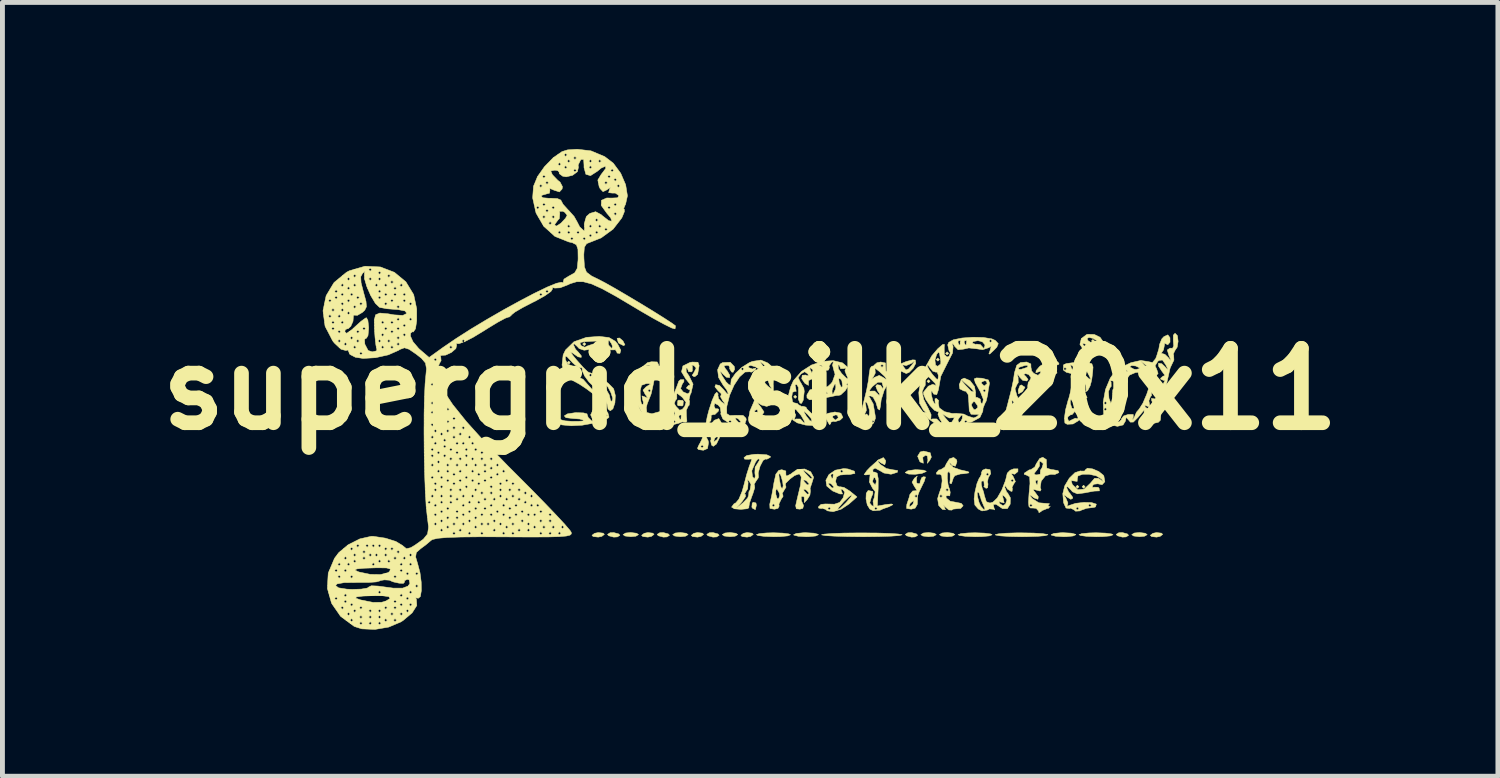
<source format=kicad_pcb>
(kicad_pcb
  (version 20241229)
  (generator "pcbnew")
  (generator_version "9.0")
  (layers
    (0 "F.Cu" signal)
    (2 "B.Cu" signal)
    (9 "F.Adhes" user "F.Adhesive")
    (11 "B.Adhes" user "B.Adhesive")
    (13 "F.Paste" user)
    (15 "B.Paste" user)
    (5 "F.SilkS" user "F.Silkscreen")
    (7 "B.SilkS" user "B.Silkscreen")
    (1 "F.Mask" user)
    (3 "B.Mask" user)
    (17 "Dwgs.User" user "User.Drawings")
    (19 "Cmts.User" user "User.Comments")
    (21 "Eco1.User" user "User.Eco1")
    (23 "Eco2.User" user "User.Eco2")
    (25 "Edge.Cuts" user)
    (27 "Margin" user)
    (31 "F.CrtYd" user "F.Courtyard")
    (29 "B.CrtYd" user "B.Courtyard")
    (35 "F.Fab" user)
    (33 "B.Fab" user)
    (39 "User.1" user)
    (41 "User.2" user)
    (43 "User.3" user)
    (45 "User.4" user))
  (footprint "supergrid_silk_20x11"
    (layer "F.Cu")
    (at 12.308 4.915)
    (property "Reference" "supergrid_silk_20x11" (at 0 0 0) (layer "F.SilkS") (effects (font (size 1.524 1.524) (thickness 0.3))))
    (attr through_hole)
    (fp_poly (pts (xy -3.179 0.698) (xy -3.195 0.686) (xy -3.186 0.683) (xy -3.179 0.698)) (stroke (width 0.01) (type solid)) (fill yes) (layer "F.SilkS"))
    (fp_poly (pts (xy 2.609 1.462) (xy 2.608 1.464) (xy 2.606 1.46) (xy 2.609 1.462)) (stroke (width 0.01) (type solid)) (fill yes) (layer "F.SilkS"))
    (fp_poly (pts (xy -3.683 -0.54) (xy -3.715 -0.508) (xy -3.747 -0.54) (xy -3.715 -0.572) (xy -3.683 -0.54)) (stroke (width 0.01) (type solid)) (fill yes) (layer "F.SilkS"))
    (fp_poly (pts (xy -3.493 -0.286) (xy -3.524 -0.254) (xy -3.556 -0.286) (xy -3.524 -0.318) (xy -3.493 -0.286)) (stroke (width 0.01) (type solid)) (fill yes) (layer "F.SilkS"))
    (fp_poly (pts (xy -3.365 -0.921) (xy -3.397 -0.889) (xy -3.429 -0.921) (xy -3.397 -0.953) (xy -3.365 -0.921)) (stroke (width 0.01) (type solid)) (fill yes) (layer "F.SilkS"))
    (fp_poly (pts (xy -1.968 -0.413) (xy -2 -0.381) (xy -2.032 -0.413) (xy -2 -0.445) (xy -1.968 -0.413)) (stroke (width 0.01) (type solid)) (fill yes) (layer "F.SilkS"))
    (fp_poly (pts (xy 0.953 0.159) (xy 0.921 0.191) (xy 0.889 0.159) (xy 0.921 0.127) (xy 0.953 0.159)) (stroke (width 0.01) (type solid)) (fill yes) (layer "F.SilkS"))
    (fp_poly (pts (xy 2.413 0.54) (xy 2.381 0.572) (xy 2.349 0.54) (xy 2.381 0.508) (xy 2.413 0.54)) (stroke (width 0.01) (type solid)) (fill yes) (layer "F.SilkS"))
    (fp_poly (pts (xy 3.683 -0.159) (xy 3.651 -0.127) (xy 3.619 -0.159) (xy 3.651 -0.191) (xy 3.683 -0.159)) (stroke (width 0.01) (type solid)) (fill yes) (layer "F.SilkS"))
    (fp_poly (pts (xy 3.873 -0.603) (xy 3.842 -0.572) (xy 3.81 -0.603) (xy 3.842 -0.635) (xy 3.873 -0.603)) (stroke (width 0.01) (type solid)) (fill yes) (layer "F.SilkS"))
    (fp_poly (pts (xy 4.064 -0.73) (xy 4.032 -0.699) (xy 4 -0.73) (xy 4.032 -0.762) (xy 4.064 -0.73)) (stroke (width 0.01) (type solid)) (fill yes) (layer "F.SilkS"))
    (fp_poly (pts (xy 6.731 2) (xy 6.699 2.032) (xy 6.668 2) (xy 6.699 1.968) (xy 6.731 2)) (stroke (width 0.01) (type solid)) (fill yes) (layer "F.SilkS"))
    (fp_poly (pts (xy 6.858 -0.413) (xy 6.826 -0.381) (xy 6.795 -0.413) (xy 6.826 -0.445) (xy 6.858 -0.413)) (stroke (width 0.01) (type solid)) (fill yes) (layer "F.SilkS"))
    (fp_poly (pts (xy 6.858 2) (xy 6.826 2.032) (xy 6.795 2) (xy 6.826 1.968) (xy 6.858 2)) (stroke (width 0.01) (type solid)) (fill yes) (layer "F.SilkS"))
    (fp_poly (pts (xy 7.048 -0.984) (xy 7.017 -0.953) (xy 6.985 -0.984) (xy 7.017 -1.016) (xy 7.048 -0.984)) (stroke (width 0.01) (type solid)) (fill yes) (layer "F.SilkS"))
    (fp_poly (pts (xy 7.684 -0.349) (xy 7.652 -0.318) (xy 7.62 -0.349) (xy 7.652 -0.381) (xy 7.684 -0.349)) (stroke (width 0.01) (type solid)) (fill yes) (layer "F.SilkS"))
    (fp_poly (pts (xy 8.382 -0.095) (xy 8.35 -0.064) (xy 8.319 -0.095) (xy 8.35 -0.127) (xy 8.382 -0.095)) (stroke (width 0.01) (type solid)) (fill yes) (layer "F.SilkS"))
    (fp_poly (pts (xy -2.605 -0.986) (xy -2.564 -0.906) (xy -2.592 -0.889) (xy -2.685 -0.936) (xy -2.701 -0.957) (xy -2.725 -1.039) (xy -2.676 -1.046) (xy -2.605 -0.986)) (stroke (width 0.01) (type solid)) (fill yes) (layer "F.SilkS"))
    (fp_poly (pts (xy 0.118 2.332) (xy 0.127 2.378) (xy 0.106 2.469) (xy 0.051 2.442) (xy 0.034 2.417) (xy 0.042 2.336) (xy 0.062 2.318) (xy 0.118 2.332)) (stroke (width 0.01) (type solid)) (fill yes) (layer "F.SilkS"))
    (fp_poly (pts (xy -3.009 2.95) (xy -2.985 2.975) (xy -3.038 3.016) (xy -3.111 3.031) (xy -3.214 3.019) (xy -3.239 2.994) (xy -3.185 2.953) (xy -3.111 2.938) (xy -3.009 2.95)) (stroke (width 0.01) (type solid)) (fill yes) (layer "F.SilkS"))
    (fp_poly (pts (xy -2.691 2.966) (xy -2.667 2.994) (xy -2.72 3.027) (xy -2.794 3.031) (xy -2.897 3.003) (xy -2.921 2.975) (xy -2.868 2.942) (xy -2.794 2.938) (xy -2.691 2.966)) (stroke (width 0.01) (type solid)) (fill yes) (layer "F.SilkS"))
    (fp_poly (pts (xy -2.325 2.952) (xy -2.286 2.98) (xy -2.34 3.012) (xy -2.445 3.023) (xy -2.564 3.008) (xy -2.603 2.98) (xy -2.549 2.947) (xy -2.445 2.937) (xy -2.325 2.952)) (stroke (width 0.01) (type solid)) (fill yes) (layer "F.SilkS"))
    (fp_poly (pts (xy -1.993 2.95) (xy -1.968 2.975) (xy -2.022 3.016) (xy -2.095 3.031) (xy -2.198 3.019) (xy -2.223 2.994) (xy -2.169 2.953) (xy -2.095 2.938) (xy -1.993 2.95)) (stroke (width 0.01) (type solid)) (fill yes) (layer "F.SilkS"))
    (fp_poly (pts (xy -1.675 2.966) (xy -1.651 2.994) (xy -1.704 3.027) (xy -1.778 3.031) (xy -1.881 3.003) (xy -1.905 2.975) (xy -1.852 2.942) (xy -1.778 2.938) (xy -1.675 2.966)) (stroke (width 0.01) (type solid)) (fill yes) (layer "F.SilkS"))
    (fp_poly (pts (xy -1.383 0.232) (xy -1.369 0.249) (xy -1.375 0.332) (xy -1.392 0.346) (xy -1.475 0.34) (xy -1.489 0.323) (xy -1.483 0.24) (xy -1.466 0.226) (xy -1.383 0.232)) (stroke (width 0.01) (type solid)) (fill yes) (layer "F.SilkS"))
    (fp_poly (pts (xy -1.309 2.952) (xy -1.27 2.98) (xy -1.324 3.012) (xy -1.429 3.023) (xy -1.548 3.008) (xy -1.587 2.98) (xy -1.533 2.947) (xy -1.429 2.937) (xy -1.309 2.952)) (stroke (width 0.01) (type solid)) (fill yes) (layer "F.SilkS"))
    (fp_poly (pts (xy -0.977 2.95) (xy -0.953 2.975) (xy -1.006 3.016) (xy -1.079 3.031) (xy -1.182 3.019) (xy -1.206 2.994) (xy -1.153 2.953) (xy -1.079 2.938) (xy -0.977 2.95)) (stroke (width 0.01) (type solid)) (fill yes) (layer "F.SilkS"))
    (fp_poly (pts (xy -0.659 2.966) (xy -0.635 2.994) (xy -0.688 3.027) (xy -0.762 3.031) (xy -0.865 3.003) (xy -0.889 2.975) (xy -0.836 2.942) (xy -0.762 2.938) (xy -0.659 2.966)) (stroke (width 0.01) (type solid)) (fill yes) (layer "F.SilkS"))
    (fp_poly (pts (xy -0.293 2.952) (xy -0.254 2.98) (xy -0.308 3.012) (xy -0.413 3.023) (xy -0.532 3.008) (xy -0.572 2.98) (xy -0.517 2.947) (xy -0.413 2.937) (xy -0.293 2.952)) (stroke (width 0.01) (type solid)) (fill yes) (layer "F.SilkS"))
    (fp_poly (pts (xy 0.039 2.95) (xy 0.064 2.975) (xy 0.01 3.016) (xy -0.064 3.031) (xy -0.166 3.019) (xy -0.191 2.994) (xy -0.137 2.953) (xy -0.064 2.938) (xy 0.039 2.95)) (stroke (width 0.01) (type solid)) (fill yes) (layer "F.SilkS"))
    (fp_poly (pts (xy 2.771 1.46) (xy 2.773 1.491) (xy 2.755 1.551) (xy 2.682 1.514) (xy 2.672 1.507) (xy 2.609 1.462) (xy 2.624 1.449) (xy 2.728 1.403) (xy 2.771 1.46)) (stroke (width 0.01) (type solid)) (fill yes) (layer "F.SilkS"))
    (fp_poly (pts (xy 3.405 2.966) (xy 3.429 2.994) (xy 3.376 3.027) (xy 3.302 3.031) (xy 3.199 3.003) (xy 3.175 2.975) (xy 3.228 2.942) (xy 3.302 2.938) (xy 3.405 2.966)) (stroke (width 0.01) (type solid)) (fill yes) (layer "F.SilkS"))
    (fp_poly (pts (xy 3.771 2.952) (xy 3.81 2.98) (xy 3.756 3.012) (xy 3.651 3.023) (xy 3.532 3.008) (xy 3.493 2.98) (xy 3.547 2.947) (xy 3.651 2.937) (xy 3.771 2.952)) (stroke (width 0.01) (type solid)) (fill yes) (layer "F.SilkS"))
    (fp_poly (pts (xy 4.152 2.952) (xy 4.191 2.98) (xy 4.137 3.012) (xy 4.032 3.023) (xy 3.913 3.008) (xy 3.873 2.98) (xy 3.928 2.947) (xy 4.032 2.937) (xy 4.152 2.952)) (stroke (width 0.01) (type solid)) (fill yes) (layer "F.SilkS"))
    (fp_poly (pts (xy 5.626 -0.037) (xy 5.579 0.044) (xy 5.563 0.058) (xy 5.494 0.097) (xy 5.487 0.03) (xy 5.488 0.019) (xy 5.523 -0.072) (xy 5.552 -0.085) (xy 5.626 -0.037)) (stroke (width 0.01) (type solid)) (fill yes) (layer "F.SilkS"))
    (fp_poly (pts (xy 7.723 2.966) (xy 7.747 2.994) (xy 7.694 3.027) (xy 7.62 3.031) (xy 7.517 3.003) (xy 7.493 2.975) (xy 7.546 2.942) (xy 7.62 2.938) (xy 7.723 2.966)) (stroke (width 0.01) (type solid)) (fill yes) (layer "F.SilkS"))
    (fp_poly (pts (xy 8.089 2.952) (xy 8.128 2.98) (xy 8.074 3.012) (xy 7.969 3.023) (xy 7.85 3.008) (xy 7.811 2.98) (xy 7.865 2.947) (xy 7.969 2.937) (xy 8.089 2.952)) (stroke (width 0.01) (type solid)) (fill yes) (layer "F.SilkS"))
    (fp_poly (pts (xy 8.421 2.95) (xy 8.445 2.975) (xy 8.392 3.016) (xy 8.319 3.031) (xy 8.216 3.019) (xy 8.191 2.994) (xy 8.245 2.953) (xy 8.319 2.938) (xy 8.421 2.95)) (stroke (width 0.01) (type solid)) (fill yes) (layer "F.SilkS"))
    (fp_poly (pts (xy 3.548 1.66) (xy 3.605 1.683) (xy 3.601 1.69) (xy 3.514 1.727) (xy 3.378 1.745) (xy 3.247 1.741) (xy 3.177 1.714) (xy 3.175 1.707) (xy 3.231 1.671) (xy 3.37 1.652) (xy 3.408 1.651) (xy 3.548 1.66)) (stroke (width 0.01) (type solid)) (fill yes) (layer "F.SilkS"))
    (fp_poly (pts (xy 0.668 2.949) (xy 0.794 2.966) (xy 0.826 2.983) (xy 0.768 3.006) (xy 0.62 3.02) (xy 0.476 3.023) (xy 0.285 3.015) (xy 0.158 2.998) (xy 0.127 2.981) (xy 0.184 2.96) (xy 0.333 2.946) (xy 0.476 2.942) (xy 0.668 2.949)) (stroke (width 0.01) (type solid)) (fill yes) (layer "F.SilkS"))
    (fp_poly (pts (xy 1.302 2.95) (xy 1.391 2.973) (xy 1.397 2.982) (xy 1.341 3.008) (xy 1.2 3.022) (xy 1.143 3.023) (xy 0.984 3.013) (xy 0.895 2.99) (xy 0.889 2.981) (xy 0.945 2.956) (xy 1.086 2.942) (xy 1.143 2.941) (xy 1.302 2.95)) (stroke (width 0.01) (type solid)) (fill yes) (layer "F.SilkS"))
    (fp_poly (pts (xy 4.795 2.949) (xy 4.922 2.966) (xy 4.953 2.983) (xy 4.896 3.006) (xy 4.747 3.02) (xy 4.604 3.023) (xy 4.412 3.015) (xy 4.286 2.998) (xy 4.255 2.981) (xy 4.312 2.96) (xy 4.46 2.946) (xy 4.604 2.942) (xy 4.795 2.949)) (stroke (width 0.01) (type solid)) (fill yes) (layer "F.SilkS"))
    (fp_poly (pts (xy 6.573 2.95) (xy 6.661 2.973) (xy 6.668 2.982) (xy 6.611 3.008) (xy 6.47 3.022) (xy 6.413 3.023) (xy 6.254 3.013) (xy 6.166 2.99) (xy 6.16 2.981) (xy 6.216 2.956) (xy 6.357 2.942) (xy 6.413 2.941) (xy 6.573 2.95)) (stroke (width 0.01) (type solid)) (fill yes) (layer "F.SilkS"))
    (fp_poly (pts (xy 7.272 2.949) (xy 7.398 2.966) (xy 7.429 2.983) (xy 7.372 3.006) (xy 7.224 3.02) (xy 7.08 3.023) (xy 6.889 3.015) (xy 6.762 2.998) (xy 6.731 2.981) (xy 6.788 2.96) (xy 6.937 2.946) (xy 7.08 2.942) (xy 7.272 2.949)) (stroke (width 0.01) (type solid)) (fill yes) (layer "F.SilkS"))
    (fp_poly (pts (xy 3.685 1.303) (xy 3.709 1.394) (xy 3.673 1.464) (xy 3.626 1.521) (xy 3.635 1.467) (xy 3.639 1.455) (xy 3.627 1.37) (xy 3.588 1.355) (xy 3.532 1.399) (xy 3.537 1.439) (xy 3.545 1.519) (xy 3.484 1.494) (xy 3.471 1.482) (xy 3.428 1.375) (xy 3.481 1.288) (xy 3.552 1.27) (xy 3.685 1.303)) (stroke (width 0.01) (type solid)) (fill yes) (layer "F.SilkS"))
    (fp_poly (pts (xy 5.8 2.948) (xy 5.987 2.96) (xy 6.087 2.977) (xy 6.096 2.984) (xy 6.037 3.002) (xy 5.881 3.015) (xy 5.656 3.022) (xy 5.556 3.023) (xy 5.312 3.018) (xy 5.126 3.006) (xy 5.026 2.989) (xy 5.016 2.982) (xy 5.075 2.965) (xy 5.232 2.951) (xy 5.457 2.944) (xy 5.556 2.944) (xy 5.8 2.948)) (stroke (width 0.01) (type solid)) (fill yes) (layer "F.SilkS"))
    (fp_poly (pts (xy -0.905 0.971) (xy -0.86 1.058) (xy -0.853 1.097) (xy -0.873 1.217) (xy -0.958 1.253) (xy -1.058 1.239) (xy -1.079 1.213) (xy -1.062 1.175) (xy -1.016 1.175) (xy -0.984 1.206) (xy -0.953 1.175) (xy -0.984 1.143) (xy -1.016 1.175) (xy -1.062 1.175) (xy -1.041 1.126) (xy -1.032 1.117) (xy -0.985 1.021) (xy -0.984 1.011) (xy -0.959 0.947) (xy -0.905 0.971)) (stroke (width 0.01) (type solid)) (fill yes) (layer "F.SilkS"))
    (fp_poly (pts (xy 2.593 2.947) (xy 2.848 2.955) (xy 3.028 2.967) (xy 3.109 2.981) (xy 3.111 2.984) (xy 3.052 2.999) (xy 2.889 3.011) (xy 2.646 3.019) (xy 2.347 3.023) (xy 2.286 3.023) (xy 1.979 3.019) (xy 1.724 3.011) (xy 1.544 3) (xy 1.463 2.986) (xy 1.46 2.983) (xy 1.52 2.969) (xy 1.683 2.957) (xy 1.926 2.948) (xy 2.225 2.945) (xy 2.286 2.945) (xy 2.593 2.947)) (stroke (width 0.01) (type solid)) (fill yes) (layer "F.SilkS"))
    (fp_poly (pts (xy 3.38 -0.594) (xy 3.39 -0.528) (xy 3.338 -0.428) (xy 3.256 -0.343) (xy 3.195 -0.318) (xy 3.093 -0.365) (xy 3.078 -0.384) (xy 3.006 -0.413) (xy 2.947 -0.376) (xy 2.872 -0.34) (xy 2.857 -0.366) (xy 2.911 -0.426) (xy 3.03 -0.494) (xy 3.121 -0.494) (xy 3.137 -0.46) (xy 3.189 -0.391) (xy 3.243 -0.412) (xy 3.31 -0.492) (xy 3.365 -0.567) (xy 3.334 -0.554) (xy 3.296 -0.524) (xy 3.192 -0.48) (xy 3.143 -0.493) (xy 3.121 -0.494) (xy 3.03 -0.494) (xy 3.039 -0.499) (xy 3.193 -0.563) (xy 3.326 -0.598) (xy 3.38 -0.594)) (stroke (width 0.01) (type solid)) (fill yes) (layer "F.SilkS"))
    (fp_poly (pts (xy 7.045 -1.118) (xy 7.163 -1.06) (xy 7.225 -0.972) (xy 7.2 -0.888) (xy 7.07 -0.816) (xy 6.912 -0.791) (xy 6.815 -0.815) (xy 6.75 -0.916) (xy 6.755 -0.934) (xy 6.805 -0.934) (xy 6.82 -0.899) (xy 6.884 -0.831) (xy 6.921 -0.845) (xy 6.921 -0.854) (xy 6.876 -0.907) (xy 6.848 -0.927) (xy 6.805 -0.934) (xy 6.755 -0.934) (xy 6.779 -1.032) (xy 6.779 -1.033) (xy 6.896 -1.033) (xy 6.917 -0.99) (xy 7.032 -0.918) (xy 7.081 -0.91) (xy 7.141 -0.933) (xy 7.115 -0.975) (xy 7.022 -1.037) (xy 6.935 -1.057) (xy 6.896 -1.033) (xy 6.779 -1.033) (xy 6.887 -1.115) (xy 6.906 -1.121) (xy 7.045 -1.118)) (stroke (width 0.01) (type solid)) (fill yes) (layer "F.SilkS"))
    (fp_poly (pts (xy -3.907 0.441) (xy -3.906 0.507) (xy -4.009 0.514) (xy -4.032 0.51) (xy -4.059 0.53) (xy -4.043 0.55) (xy -3.947 0.608) (xy -3.932 0.611) (xy -3.86 0.632) (xy -3.858 0.634) (xy -3.789 0.651) (xy -3.661 0.66) (xy -3.523 0.661) (xy -3.423 0.653) (xy -3.404 0.639) (xy -3.487 0.613) (xy -3.625 0.603) (xy -3.771 0.586) (xy -3.806 0.549) (xy -3.741 0.508) (xy -3.584 0.484) (xy -3.562 0.483) (xy -3.412 0.488) (xy -3.34 0.508) (xy -3.339 0.517) (xy -3.316 0.582) (xy -3.254 0.644) (xy -3.195 0.686) (xy -3.232 0.703) (xy -3.439 0.74) (xy -3.663 0.752) (xy -3.853 0.734) (xy -3.934 0.704) (xy -4.039 0.667) (xy -4.077 0.675) (xy -4.123 0.67) (xy -4.123 0.597) (xy -4.083 0.503) (xy -4.038 0.449) (xy -3.943 0.411) (xy -3.907 0.441)) (stroke (width 0.01) (type solid)) (fill yes) (layer "F.SilkS"))
    (fp_poly (pts (xy 3.406 1.821) (xy 3.406 1.914) (xy 3.43 1.937) (xy 3.479 1.931) (xy 3.478 1.902) (xy 3.511 1.815) (xy 3.545 1.795) (xy 3.589 1.8) (xy 3.566 1.884) (xy 3.528 1.961) (xy 3.46 2.101) (xy 3.428 2.186) (xy 3.428 2.19) (xy 3.397 2.159) (xy 3.365 2.191) (xy 3.397 2.223) (xy 3.428 2.192) (xy 3.422 2.36) (xy 3.377 2.438) (xy 3.297 2.459) (xy 3.202 2.444) (xy 3.204 2.409) (xy 3.254 2.409) (xy 3.263 2.413) (xy 3.321 2.368) (xy 3.334 2.349) (xy 3.35 2.29) (xy 3.341 2.286) (xy 3.283 2.331) (xy 3.27 2.349) (xy 3.254 2.409) (xy 3.204 2.409) (xy 3.207 2.363) (xy 3.207 2.362) (xy 3.256 2.214) (xy 3.269 2.159) (xy 3.328 2.086) (xy 3.369 2.083) (xy 3.417 2.08) (xy 3.374 2.011) (xy 3.366 2.001) (xy 3.314 1.905) (xy 3.363 1.825) (xy 3.365 1.823) (xy 3.421 1.781) (xy 3.406 1.821)) (stroke (width 0.01) (type solid)) (fill yes) (layer "F.SilkS"))
    (fp_poly (pts (xy 6.907 -0.542) (xy 6.995 -0.518) (xy 7.019 -0.451) (xy 7.012 -0.353) (xy 6.995 -0.212) (xy 6.981 -0.143) (xy 6.981 -0.143) (xy 6.962 -0.076) (xy 6.961 -0.069) (xy 6.912 0.026) (xy 6.895 0.042) (xy 6.865 0.053) (xy 6.878 0.025) (xy 6.874 -0.075) (xy 6.805 -0.196) (xy 6.709 -0.282) (xy 6.673 -0.294) (xy 6.58 -0.314) (xy 6.572 -0.318) (xy 6.486 -0.34) (xy 6.477 -0.341) (xy 6.415 -0.386) (xy 6.413 -0.397) (xy 6.413 -0.413) (xy 6.445 -0.381) (xy 6.477 -0.413) (xy 6.445 -0.445) (xy 6.413 -0.413) (xy 6.413 -0.494) (xy 6.429 -0.502) (xy 6.558 -0.502) (xy 6.572 -0.438) (xy 6.576 -0.426) (xy 6.627 -0.348) (xy 6.655 -0.348) (xy 6.65 -0.4) (xy 6.771 -0.4) (xy 6.832 -0.311) (xy 6.931 -0.214) (xy 6.974 -0.196) (xy 6.946 -0.264) (xy 6.942 -0.27) (xy 6.89 -0.372) (xy 6.883 -0.397) (xy 6.866 -0.48) (xy 6.817 -0.487) (xy 6.79 -0.474) (xy 6.771 -0.4) (xy 6.65 -0.4) (xy 6.648 -0.415) (xy 6.612 -0.461) (xy 6.558 -0.502) (xy 6.429 -0.502) (xy 6.471 -0.522) (xy 6.616 -0.541) (xy 6.723 -0.545) (xy 6.907 -0.542)) (stroke (width 0.01) (type solid)) (fill yes) (layer "F.SilkS"))
    (fp_poly (pts (xy 6.777 -0.157) (xy 6.791 -0.134) (xy 6.831 -0.033) (xy 6.821 0) (xy 6.82 0.039) (xy 6.858 0.095) (xy 6.898 0.174) (xy 6.869 0.191) (xy 6.822 0.241) (xy 6.822 0.302) (xy 6.81 0.491) (xy 6.72 0.648) (xy 6.609 0.715) (xy 6.49 0.721) (xy 6.443 0.695) (xy 6.434 0.606) (xy 6.498 0.606) (xy 6.524 0.661) (xy 6.573 0.635) (xy 6.656 0.596) (xy 6.679 0.604) (xy 6.711 0.602) (xy 6.71 0.522) (xy 6.683 0.408) (xy 6.636 0.302) (xy 6.63 0.292) (xy 6.568 0.21) (xy 6.553 0.237) (xy 6.557 0.304) (xy 6.587 0.394) (xy 6.625 0.4) (xy 6.66 0.412) (xy 6.652 0.452) (xy 6.589 0.524) (xy 6.559 0.527) (xy 6.505 0.566) (xy 6.498 0.606) (xy 6.434 0.606) (xy 6.433 0.594) (xy 6.457 0.423) (xy 6.509 0.229) (xy 6.523 0.191) (xy 6.562 0.041) (xy 6.57 -0.015) (xy 6.64 -0.015) (xy 6.67 0.067) (xy 6.707 0.163) (xy 6.698 0.191) (xy 6.688 0.231) (xy 6.699 0.254) (xy 6.755 0.315) (xy 6.769 0.263) (xy 6.754 0.175) (xy 6.725 0.028) (xy 6.715 -0.045) (xy 6.678 -0.095) (xy 6.657 -0.089) (xy 6.64 -0.015) (xy 6.57 -0.015) (xy 6.571 -0.018) (xy 6.616 -0.165) (xy 6.693 -0.215) (xy 6.777 -0.157)) (stroke (width 0.01) (type solid)) (fill yes) (layer "F.SilkS"))
    (fp_poly (pts (xy 2.627 1.498) (xy 2.659 1.54) (xy 2.787 1.626) (xy 2.908 1.651) (xy 3.018 1.667) (xy 3.014 1.703) (xy 2.899 1.74) (xy 2.879 1.743) (xy 2.738 1.719) (xy 2.657 1.671) (xy 2.556 1.617) (xy 2.51 1.648) (xy 2.516 1.7) (xy 2.551 1.7) (xy 2.6 1.723) (xy 2.621 1.833) (xy 2.62 2.039) (xy 2.604 2.395) (xy 2.779 2.364) (xy 2.893 2.352) (xy 2.921 2.367) (xy 2.835 2.412) (xy 2.826 2.414) (xy 2.718 2.452) (xy 2.66 2.48) (xy 2.517 2.491) (xy 2.452 2.458) (xy 2.443 2.445) (xy 2.54 2.445) (xy 2.572 2.477) (xy 2.603 2.445) (xy 2.572 2.413) (xy 2.54 2.445) (xy 2.443 2.445) (xy 2.397 2.372) (xy 2.371 2.248) (xy 2.376 2.134) (xy 2.415 2.077) (xy 2.435 2.08) (xy 2.51 2.095) (xy 2.512 2.142) (xy 2.479 2.219) (xy 2.447 2.333) (xy 2.492 2.388) (xy 2.538 2.402) (xy 2.526 2.383) (xy 2.515 2.293) (xy 2.541 2.221) (xy 2.559 2.098) (xy 2.505 2.03) (xy 2.441 1.906) (xy 2.442 1.891) (xy 2.503 1.891) (xy 2.511 1.909) (xy 2.563 1.965) (xy 2.582 1.9) (xy 2.582 1.876) (xy 2.554 1.812) (xy 2.528 1.817) (xy 2.503 1.891) (xy 2.442 1.891) (xy 2.447 1.833) (xy 2.455 1.749) (xy 2.378 1.756) (xy 2.37 1.759) (xy 2.333 1.751) (xy 2.389 1.67) (xy 2.456 1.6) (xy 2.608 1.464) (xy 2.627 1.498)) (stroke (width 0.01) (type solid)) (fill yes) (layer "F.SilkS"))
    (fp_poly (pts (xy 4.227 1.45) (xy 4.233 1.492) (xy 4.2 1.58) (xy 4.131 1.56) (xy 4.106 1.522) (xy 4.086 1.508) (xy 4.09 1.538) (xy 4.157 1.603) (xy 4.3 1.654) (xy 4.323 1.659) (xy 4.464 1.691) (xy 4.479 1.716) (xy 4.367 1.734) (xy 4.302 1.738) (xy 4.19 1.772) (xy 4.159 1.82) (xy 4.124 1.927) (xy 4.114 1.94) (xy 4.088 1.926) (xy 4.094 1.851) (xy 4.094 1.731) (xy 4.07 1.686) (xy 4.039 1.717) (xy 4.036 1.828) (xy 4.051 1.954) (xy 4.063 2) (xy 4.082 2.052) (xy 4.095 2.112) (xy 4.086 2.187) (xy 4.05 2.182) (xy 4.008 2.189) (xy 4.014 2.23) (xy 4.094 2.296) (xy 4.202 2.316) (xy 4.321 2.34) (xy 4.36 2.388) (xy 4.31 2.444) (xy 4.26 2.447) (xy 4.154 2.458) (xy 4.128 2.478) (xy 4.068 2.475) (xy 4 2.418) (xy 3.951 2.37) (xy 3.969 2.404) (xy 3.997 2.471) (xy 3.937 2.465) (xy 3.859 2.382) (xy 3.837 2.242) (xy 3.853 2.191) (xy 3.873 2.191) (xy 3.905 2.223) (xy 3.937 2.191) (xy 3.905 2.159) (xy 3.873 2.191) (xy 3.853 2.191) (xy 3.872 2.127) (xy 3.895 2.064) (xy 4 2.064) (xy 4.032 2.095) (xy 4.064 2.064) (xy 4.032 2.032) (xy 4 2.064) (xy 3.895 2.064) (xy 3.913 2.013) (xy 3.93 1.88) (xy 3.921 1.774) (xy 3.885 1.74) (xy 3.879 1.743) (xy 3.817 1.743) (xy 3.81 1.718) (xy 3.861 1.657) (xy 3.898 1.651) (xy 3.983 1.598) (xy 4.019 1.524) (xy 4.081 1.427) (xy 4.166 1.4) (xy 4.227 1.45)) (stroke (width 0.01) (type solid)) (fill yes) (layer "F.SilkS"))
    (fp_poly (pts (xy 0.341 1.346) (xy 0.415 1.38) (xy 0.412 1.398) (xy 0.34 1.437) (xy 0.319 1.43) (xy 0.265 1.459) (xy 0.205 1.574) (xy 0.2 1.588) (xy 0.164 1.718) (xy 0.168 1.778) (xy 0.17 1.778) (xy 0.166 1.818) (xy 0.127 1.873) (xy 0.08 1.95) (xy 0.088 1.968) (xy 0.093 2.02) (xy 0.054 2.146) (xy 0.038 2.186) (xy -0.014 2.333) (xy -0.029 2.423) (xy -0.025 2.43) (xy -0.06 2.45) (xy -0.182 2.462) (xy -0.19 2.463) (xy -0.324 2.451) (xy -0.334 2.445) (xy -0.286 2.445) (xy -0.142 2.323) (xy -0.051 2.229) (xy -0.031 2.171) (xy -0.031 2.171) (xy -0.026 2.102) (xy -0.003 2.067) (xy 0.017 1.955) (xy -0.01 1.903) (xy -0.057 1.846) (xy -0.047 1.899) (xy -0.043 1.913) (xy -0.051 2.041) (xy -0.081 2.088) (xy -0.116 2.149) (xy -0.098 2.159) (xy -0.095 2.2) (xy -0.161 2.298) (xy -0.165 2.302) (xy -0.286 2.445) (xy -0.334 2.445) (xy -0.381 2.416) (xy -0.381 2.416) (xy -0.331 2.349) (xy -0.293 2.329) (xy -0.231 2.253) (xy -0.164 2.092) (xy -0.126 1.957) (xy -0.071 1.746) (xy -0.047 1.671) (xy 0.033 1.671) (xy 0.047 1.794) (xy 0.09 1.842) (xy 0.104 1.783) (xy 0.096 1.716) (xy 0.101 1.597) (xy 0.131 1.553) (xy 0.187 1.463) (xy 0.189 1.441) (xy 0.162 1.427) (xy 0.111 1.492) (xy 0.033 1.671) (xy -0.047 1.671) (xy -0.016 1.573) (xy 0.01 1.51) (xy 0.034 1.431) (xy -0.028 1.436) (xy -0.03 1.437) (xy -0.113 1.435) (xy -0.127 1.404) (xy -0.069 1.36) (xy 0.084 1.336) (xy 0.162 1.333) (xy 0.341 1.346)) (stroke (width 0.01) (type solid)) (fill yes) (layer "F.SilkS"))
    (fp_poly (pts (xy 6.064 1.444) (xy 6.064 1.524) (xy 6.073 1.62) (xy 6.171 1.65) (xy 6.199 1.651) (xy 6.304 1.67) (xy 6.321 1.711) (xy 6.236 1.749) (xy 6.155 1.745) (xy 6.042 1.778) (xy 5.958 1.884) (xy 5.938 2.013) (xy 5.955 2.059) (xy 5.937 2.088) (xy 5.868 2.071) (xy 5.789 2.049) (xy 5.813 2.091) (xy 5.826 2.104) (xy 5.898 2.204) (xy 5.891 2.256) (xy 5.814 2.229) (xy 5.794 2.214) (xy 5.719 2.16) (xy 5.734 2.191) (xy 5.773 2.242) (xy 5.909 2.328) (xy 6.008 2.337) (xy 6.121 2.345) (xy 6.127 2.351) (xy 6.096 2.381) (xy 6.128 2.413) (xy 6.145 2.396) (xy 6.109 2.44) (xy 6.08 2.445) (xy 5.971 2.49) (xy 5.954 2.508) (xy 5.912 2.531) (xy 5.906 2.499) (xy 5.854 2.442) (xy 5.794 2.436) (xy 5.738 2.435) (xy 5.707 2.404) (xy 5.704 2.381) (xy 5.715 2.381) (xy 5.747 2.413) (xy 5.779 2.381) (xy 5.747 2.349) (xy 5.715 2.381) (xy 5.704 2.381) (xy 5.698 2.317) (xy 5.708 2.151) (xy 5.728 1.937) (xy 5.727 1.905) (xy 5.842 1.905) (xy 5.865 1.957) (xy 5.884 1.947) (xy 5.892 1.872) (xy 5.884 1.863) (xy 5.847 1.871) (xy 5.842 1.905) (xy 5.727 1.905) (xy 5.722 1.796) (xy 5.663 1.764) (xy 5.61 1.745) (xy 5.614 1.732) (xy 5.811 1.732) (xy 5.84 1.756) (xy 5.873 1.757) (xy 5.941 1.741) (xy 5.938 1.726) (xy 5.944 1.658) (xy 5.973 1.615) (xy 6 1.528) (xy 5.956 1.488) (xy 5.909 1.472) (xy 5.922 1.493) (xy 5.923 1.574) (xy 5.874 1.651) (xy 5.811 1.732) (xy 5.614 1.732) (xy 5.619 1.716) (xy 5.712 1.655) (xy 5.743 1.651) (xy 5.825 1.598) (xy 5.86 1.524) (xy 5.928 1.421) (xy 5.991 1.397) (xy 6.064 1.444)) (stroke (width 0.01) (type solid)) (fill yes) (layer "F.SilkS"))
    (fp_poly (pts (xy 2.002 1.636) (xy 2.134 1.681) (xy 2.145 1.727) (xy 2.039 1.749) (xy 1.984 1.748) (xy 1.842 1.76) (xy 1.768 1.799) (xy 1.748 1.892) (xy 1.778 1.98) (xy 1.835 2.004) (xy 1.842 2) (xy 1.921 2.014) (xy 2.039 2.088) (xy 2.186 2.208) (xy 2.023 2.353) (xy 1.861 2.46) (xy 1.698 2.51) (xy 1.576 2.492) (xy 1.549 2.465) (xy 1.491 2.445) (xy 1.587 2.445) (xy 1.619 2.477) (xy 1.621 2.475) (xy 1.785 2.475) (xy 1.788 2.477) (xy 1.848 2.435) (xy 1.954 2.333) (xy 1.968 2.318) (xy 2.059 2.213) (xy 2.089 2.16) (xy 2.086 2.159) (xy 2.025 2.201) (xy 1.92 2.302) (xy 1.905 2.318) (xy 1.814 2.423) (xy 1.785 2.475) (xy 1.621 2.475) (xy 1.651 2.445) (xy 1.619 2.413) (xy 1.587 2.445) (xy 1.491 2.445) (xy 1.475 2.439) (xy 1.456 2.447) (xy 1.401 2.436) (xy 1.397 2.412) (xy 1.45 2.361) (xy 1.54 2.352) (xy 1.725 2.357) (xy 1.831 2.321) (xy 1.901 2.23) (xy 1.903 2.226) (xy 1.935 2.109) (xy 1.895 2.058) (xy 1.852 2.05) (xy 1.867 2.086) (xy 1.891 2.147) (xy 1.836 2.147) (xy 1.688 2.086) (xy 1.569 1.987) (xy 1.559 1.923) (xy 1.598 1.923) (xy 1.613 1.959) (xy 1.677 2.027) (xy 1.714 2.013) (xy 1.714 2.004) (xy 1.669 1.95) (xy 1.641 1.931) (xy 1.598 1.923) (xy 1.559 1.923) (xy 1.55 1.866) (xy 1.598 1.778) (xy 1.651 1.778) (xy 1.674 1.83) (xy 1.693 1.82) (xy 1.701 1.745) (xy 1.693 1.736) (xy 1.656 1.744) (xy 1.651 1.778) (xy 1.598 1.778) (xy 1.614 1.749) (xy 1.71 1.683) (xy 1.841 1.683) (xy 1.873 1.714) (xy 1.905 1.683) (xy 1.873 1.651) (xy 1.841 1.683) (xy 1.71 1.683) (xy 1.742 1.661) (xy 1.917 1.627) (xy 2.002 1.636)) (stroke (width 0.01) (type solid)) (fill yes) (layer "F.SilkS"))
    (fp_poly (pts (xy 7.012 1.635) (xy 7.136 1.688) (xy 7.229 1.763) (xy 7.241 1.782) (xy 7.261 1.897) (xy 7.204 1.958) (xy 7.116 1.939) (xy 7.036 1.949) (xy 7.011 1.977) (xy 7.003 2.022) (xy 7.034 2.009) (xy 7.123 2.01) (xy 7.144 2.033) (xy 7.15 2.085) (xy 7.133 2.085) (xy 7.04 2.089) (xy 6.884 2.118) (xy 6.863 2.123) (xy 6.698 2.145) (xy 6.599 2.103) (xy 6.561 2.059) (xy 6.497 1.997) (xy 6.477 2.016) (xy 6.524 2.114) (xy 6.54 2.127) (xy 6.602 2.215) (xy 6.604 2.234) (xy 6.565 2.257) (xy 6.493 2.214) (xy 6.418 2.16) (xy 6.431 2.19) (xy 6.461 2.228) (xy 6.505 2.333) (xy 6.492 2.381) (xy 6.493 2.402) (xy 6.533 2.382) (xy 6.537 2.381) (xy 6.921 2.381) (xy 6.953 2.413) (xy 6.985 2.381) (xy 6.953 2.349) (xy 6.921 2.381) (xy 6.537 2.381) (xy 6.661 2.34) (xy 6.831 2.32) (xy 6.989 2.324) (xy 7.082 2.354) (xy 7.086 2.359) (xy 7.069 2.413) (xy 7.036 2.423) (xy 6.911 2.438) (xy 6.89 2.44) (xy 6.78 2.479) (xy 6.751 2.495) (xy 6.66 2.5) (xy 6.636 2.477) (xy 6.577 2.445) (xy 6.668 2.445) (xy 6.699 2.477) (xy 6.731 2.445) (xy 6.699 2.413) (xy 6.668 2.445) (xy 6.577 2.445) (xy 6.562 2.437) (xy 6.54 2.445) (xy 6.466 2.436) (xy 6.416 2.327) (xy 6.4 2.143) (xy 6.4 2.142) (xy 6.44 1.981) (xy 6.504 1.874) (xy 6.571 1.874) (xy 6.592 1.946) (xy 6.599 1.959) (xy 6.706 2.061) (xy 6.837 2.049) (xy 6.965 1.928) (xy 6.967 1.925) (xy 7.051 1.826) (xy 7.129 1.828) (xy 7.168 1.853) (xy 7.235 1.9) (xy 7.21 1.863) (xy 7.188 1.839) (xy 7.085 1.776) (xy 6.943 1.745) (xy 6.804 1.745) (xy 6.711 1.778) (xy 6.698 1.83) (xy 6.694 1.891) (xy 6.635 1.882) (xy 6.571 1.874) (xy 6.504 1.874) (xy 6.533 1.825) (xy 6.65 1.711) (xy 6.76 1.675) (xy 6.776 1.679) (xy 6.849 1.678) (xy 6.858 1.658) (xy 6.904 1.62) (xy 7.012 1.635)) (stroke (width 0.01) (type solid)) (fill yes) (layer "F.SilkS"))
    (fp_poly (pts (xy 2.77 -0.534) (xy 2.771 -0.477) (xy 2.778 -0.368) (xy 2.855 -0.303) (xy 2.955 -0.317) (xy 2.973 -0.332) (xy 3.036 -0.372) (xy 3.048 -0.334) (xy 2.996 -0.258) (xy 2.934 -0.226) (xy 2.836 -0.141) (xy 2.744 0.023) (xy 2.682 0.218) (xy 2.667 0.348) (xy 2.65 0.428) (xy 2.614 0.404) (xy 2.58 0.294) (xy 2.577 0.279) (xy 2.519 0.17) (xy 2.471 0.141) (xy 2.422 0.143) (xy 2.445 0.17) (xy 2.519 0.304) (xy 2.561 0.553) (xy 2.564 0.598) (xy 2.539 0.665) (xy 2.508 0.635) (xy 2.477 0.667) (xy 2.508 0.699) (xy 2.537 0.67) (xy 2.525 0.7) (xy 2.426 0.73) (xy 2.3 0.719) (xy 2.249 0.69) (xy 2.248 0.609) (xy 2.31 0.609) (xy 2.319 0.67) (xy 2.382 0.634) (xy 2.441 0.519) (xy 2.442 0.432) (xy 2.403 0.307) (xy 2.373 0.261) (xy 2.353 0.275) (xy 2.367 0.327) (xy 2.379 0.437) (xy 2.364 0.472) (xy 2.32 0.565) (xy 2.31 0.609) (xy 2.248 0.609) (xy 2.248 0.606) (xy 2.279 0.44) (xy 2.322 0.272) (xy 2.381 0.034) (xy 2.382 0.031) (xy 2.439 0.031) (xy 2.453 0.044) (xy 2.456 0.042) (xy 2.548 0.04) (xy 2.571 0.062) (xy 2.634 0.124) (xy 2.647 0.127) (xy 2.644 0.088) (xy 2.608 0.037) (xy 2.571 -0.057) (xy 2.595 -0.09) (xy 2.669 -0.078) (xy 2.688 -0.048) (xy 2.718 -0.006) (xy 2.725 -0.044) (xy 2.697 -0.14) (xy 2.611 -0.14) (xy 2.501 -0.051) (xy 2.439 0.031) (xy 2.382 0.031) (xy 2.423 -0.187) (xy 2.424 -0.194) (xy 2.482 -0.194) (xy 2.52 -0.22) (xy 2.538 -0.237) (xy 2.642 -0.28) (xy 2.71 -0.245) (xy 2.781 -0.2) (xy 2.794 -0.205) (xy 2.751 -0.262) (xy 2.651 -0.355) (xy 2.566 -0.421) (xy 2.553 -0.421) (xy 2.555 -0.418) (xy 2.561 -0.327) (xy 2.527 -0.26) (xy 2.482 -0.194) (xy 2.424 -0.194) (xy 2.435 -0.296) (xy 2.455 -0.424) (xy 2.489 -0.468) (xy 2.492 -0.466) (xy 2.527 -0.476) (xy 2.667 -0.476) (xy 2.699 -0.445) (xy 2.731 -0.476) (xy 2.699 -0.508) (xy 2.667 -0.476) (xy 2.527 -0.476) (xy 2.539 -0.48) (xy 2.54 -0.491) (xy 2.594 -0.538) (xy 2.672 -0.554) (xy 2.77 -0.534)) (stroke (width 0.01) (type solid)) (fill yes) (layer "F.SilkS"))
    (fp_poly (pts (xy 5.481 1.69) (xy 5.413 1.744) (xy 5.375 1.734) (xy 5.347 1.735) (xy 5.385 1.792) (xy 5.43 1.894) (xy 5.4 1.935) (xy 5.36 2.011) (xy 5.368 2.036) (xy 5.362 2.092) (xy 5.343 2.095) (xy 5.266 2.046) (xy 5.249 2.016) (xy 5.22 1.974) (xy 5.212 2.012) (xy 5.253 2.113) (xy 5.271 2.127) (xy 5.326 2.224) (xy 5.323 2.356) (xy 5.265 2.448) (xy 5.166 2.448) (xy 5.125 2.42) (xy 5.032 2.357) (xy 4.978 2.364) (xy 4.991 2.429) (xy 5.005 2.474) (xy 4.985 2.461) (xy 4.898 2.453) (xy 4.858 2.476) (xy 4.745 2.495) (xy 4.67 2.455) (xy 4.6 2.374) (xy 4.584 2.25) (xy 4.6 2.121) (xy 4.647 2.121) (xy 4.655 2.206) (xy 4.684 2.317) (xy 4.72 2.397) (xy 4.783 2.469) (xy 4.802 2.477) (xy 4.803 2.434) (xy 4.784 2.397) (xy 4.729 2.266) (xy 4.721 2.233) (xy 4.684 2.128) (xy 4.671 2.109) (xy 4.647 2.121) (xy 4.6 2.121) (xy 4.602 2.107) (xy 4.643 1.934) (xy 4.69 1.822) (xy 4.706 1.806) (xy 4.734 1.746) (xy 4.826 1.746) (xy 4.858 1.778) (xy 4.889 1.746) (xy 4.858 1.714) (xy 4.826 1.746) (xy 4.734 1.746) (xy 4.739 1.734) (xy 4.732 1.717) (xy 4.756 1.662) (xy 4.82 1.634) (xy 4.91 1.65) (xy 4.925 1.732) (xy 4.875 1.814) (xy 4.858 1.901) (xy 4.869 1.943) (xy 4.861 2.021) (xy 4.829 2.032) (xy 4.783 1.996) (xy 4.792 1.973) (xy 4.785 1.891) (xy 4.769 1.877) (xy 4.73 1.895) (xy 4.731 1.952) (xy 4.754 2.047) (xy 4.763 2.064) (xy 4.78 2.116) (xy 4.794 2.181) (xy 4.835 2.308) (xy 4.909 2.333) (xy 4.971 2.314) (xy 4.985 2.301) (xy 5.091 2.301) (xy 5.109 2.345) (xy 5.176 2.389) (xy 5.227 2.355) (xy 5.258 2.268) (xy 5.216 2.207) (xy 5.163 2.166) (xy 5.175 2.228) (xy 5.182 2.249) (xy 5.2 2.332) (xy 5.146 2.319) (xy 5.144 2.318) (xy 5.091 2.301) (xy 4.985 2.301) (xy 5.058 2.23) (xy 5.151 2.067) (xy 5.227 1.873) (xy 5.334 1.873) (xy 5.366 1.905) (xy 5.397 1.873) (xy 5.366 1.841) (xy 5.334 1.873) (xy 5.227 1.873) (xy 5.228 1.87) (xy 5.263 1.722) (xy 5.322 1.662) (xy 5.393 1.634) (xy 5.482 1.633) (xy 5.481 1.69)) (stroke (width 0.01) (type solid)) (fill yes) (layer "F.SilkS"))
    (fp_poly (pts (xy 1.239 1.693) (xy 1.299 1.805) (xy 1.267 1.911) (xy 1.227 2.031) (xy 1.233 2.087) (xy 1.223 2.171) (xy 1.168 2.261) (xy 1.109 2.325) (xy 1.108 2.306) (xy 1.106 2.215) (xy 1.086 2.195) (xy 1.044 2.205) (xy 1.049 2.287) (xy 1.093 2.384) (xy 1.077 2.442) (xy 1.018 2.459) (xy 0.945 2.45) (xy 0.931 2.387) (xy 0.964 2.242) (xy 1.01 2.05) (xy 1.09 2.05) (xy 1.105 2.086) (xy 1.169 2.154) (xy 1.206 2.14) (xy 1.206 2.131) (xy 1.161 2.077) (xy 1.133 2.058) (xy 1.09 2.05) (xy 1.01 2.05) (xy 1.031 1.965) (xy 1.04 1.86) (xy 1.09 1.86) (xy 1.105 1.895) (xy 1.169 1.963) (xy 1.206 1.949) (xy 1.206 1.94) (xy 1.161 1.887) (xy 1.133 1.867) (xy 1.09 1.86) (xy 1.04 1.86) (xy 1.046 1.799) (xy 1.006 1.736) (xy 0.909 1.77) (xy 0.816 1.84) (xy 0.729 1.926) (xy 0.719 1.966) (xy 0.722 1.966) (xy 0.734 2.007) (xy 0.699 2.064) (xy 0.654 2.141) (xy 0.667 2.159) (xy 0.673 2.198) (xy 0.637 2.251) (xy 0.588 2.353) (xy 0.593 2.397) (xy 0.569 2.443) (xy 0.497 2.46) (xy 0.405 2.444) (xy 0.402 2.381) (xy 0.445 2.381) (xy 0.476 2.413) (xy 0.508 2.381) (xy 0.476 2.349) (xy 0.445 2.381) (xy 0.402 2.381) (xy 0.401 2.355) (xy 0.407 2.33) (xy 0.441 2.178) (xy 0.46 2.075) (xy 0.524 2.075) (xy 0.525 2.155) (xy 0.552 2.242) (xy 0.582 2.248) (xy 0.605 2.172) (xy 0.594 2.125) (xy 0.546 2.039) (xy 0.524 2.075) (xy 0.46 2.075) (xy 0.478 1.974) (xy 0.486 1.921) (xy 0.524 1.751) (xy 0.587 1.751) (xy 0.597 1.845) (xy 0.622 1.977) (xy 0.638 2.025) (xy 0.659 2.032) (xy 0.663 2.032) (xy 0.675 1.98) (xy 0.665 1.896) (xy 0.629 1.772) (xy 0.604 1.726) (xy 0.587 1.751) (xy 0.524 1.751) (xy 0.525 1.743) (xy 0.586 1.664) (xy 0.647 1.651) (xy 0.73 1.677) (xy 0.73 1.714) (xy 0.733 1.773) (xy 0.755 1.778) (xy 0.845 1.732) (xy 0.853 1.722) (xy 0.955 1.651) (xy 1.084 1.651) (xy 1.099 1.684) (xy 1.135 1.73) (xy 1.228 1.829) (xy 1.269 1.829) (xy 1.27 1.818) (xy 1.227 1.765) (xy 1.159 1.706) (xy 1.084 1.651) (xy 0.955 1.651) (xy 0.963 1.646) (xy 1.116 1.636) (xy 1.239 1.693)) (stroke (width 0.01) (type solid)) (fill yes) (layer "F.SilkS"))
    (fp_poly (pts (xy 6.295 -0.561) (xy 6.323 -0.518) (xy 6.318 -0.507) (xy 6.238 -0.475) (xy 6.203 -0.487) (xy 6.178 -0.482) (xy 6.223 -0.415) (xy 6.284 -0.33) (xy 6.261 -0.318) (xy 6.223 -0.331) (xy 6.072 -0.323) (xy 5.906 -0.22) (xy 5.758 -0.046) (xy 5.694 0.074) (xy 5.634 0.24) (xy 5.614 0.358) (xy 5.619 0.38) (xy 5.609 0.458) (xy 5.588 0.476) (xy 5.549 0.55) (xy 5.557 0.573) (xy 5.541 0.639) (xy 5.446 0.696) (xy 5.319 0.722) (xy 5.264 0.716) (xy 5.214 0.692) (xy 5.198 0.633) (xy 5.202 0.605) (xy 5.287 0.605) (xy 5.3 0.631) (xy 5.36 0.696) (xy 5.371 0.65) (xy 5.356 0.601) (xy 5.309 0.531) (xy 5.288 0.533) (xy 5.287 0.605) (xy 5.202 0.605) (xy 5.217 0.511) (xy 5.274 0.299) (xy 5.282 0.267) (xy 5.291 0.232) (xy 5.357 0.232) (xy 5.364 0.328) (xy 5.364 0.332) (xy 5.408 0.52) (xy 5.47 0.624) (xy 5.499 0.635) (xy 5.498 0.589) (xy 5.465 0.515) (xy 5.442 0.413) (xy 5.524 0.413) (xy 5.556 0.445) (xy 5.588 0.413) (xy 5.556 0.381) (xy 5.524 0.413) (xy 5.442 0.413) (xy 5.438 0.393) (xy 5.493 0.317) (xy 5.557 0.231) (xy 5.556 0.191) (xy 5.572 0.116) (xy 5.62 0.064) (xy 5.683 -0.024) (xy 5.682 -0.066) (xy 5.694 -0.141) (xy 5.715 -0.159) (xy 5.751 -0.231) (xy 5.7 -0.299) (xy 5.632 -0.317) (xy 5.6 -0.296) (xy 5.642 -0.261) (xy 5.689 -0.196) (xy 5.662 -0.165) (xy 5.58 -0.178) (xy 5.524 -0.237) (xy 5.472 -0.311) (xy 5.474 -0.278) (xy 5.485 -0.24) (xy 5.488 -0.131) (xy 5.464 -0.097) (xy 5.422 -0.005) (xy 5.461 0.137) (xy 5.48 0.17) (xy 5.488 0.259) (xy 5.467 0.282) (xy 5.395 0.269) (xy 5.374 0.239) (xy 5.357 0.232) (xy 5.291 0.232) (xy 5.345 0.024) (xy 5.391 -0.195) (xy 5.41 -0.332) (xy 5.44 -0.43) (xy 5.489 -0.43) (xy 5.503 -0.403) (xy 5.549 -0.405) (xy 5.661 -0.441) (xy 5.687 -0.459) (xy 5.673 -0.486) (xy 5.627 -0.484) (xy 5.515 -0.448) (xy 5.489 -0.43) (xy 5.44 -0.43) (xy 5.458 -0.487) (xy 5.534 -0.543) (xy 5.661 -0.554) (xy 5.746 -0.514) (xy 5.748 -0.447) (xy 5.763 -0.369) (xy 5.805 -0.322) (xy 5.893 -0.281) (xy 5.941 -0.324) (xy 5.952 -0.371) (xy 5.915 -0.355) (xy 5.849 -0.334) (xy 5.854 -0.378) (xy 5.911 -0.445) (xy 6.032 -0.445) (xy 6.056 -0.392) (xy 6.075 -0.402) (xy 6.082 -0.478) (xy 6.075 -0.487) (xy 6.037 -0.478) (xy 6.032 -0.445) (xy 5.911 -0.445) (xy 5.921 -0.457) (xy 5.953 -0.483) (xy 6.068 -0.54) (xy 6.196 -0.567) (xy 6.295 -0.561)) (stroke (width 0.01) (type solid)) (fill yes) (layer "F.SilkS"))
    (fp_poly (pts (xy -3.222 0.63) (xy -3.266 0.528) (xy -3.213 0.417) (xy -3.205 0.408) (xy -3.141 0.332) (xy -3.125 0.358) (xy -3.14 0.468) (xy -3.149 0.583) (xy -3.129 0.61) (xy -3.128 0.609) (xy -3.099 0.54) (xy -2.985 0.54) (xy -2.953 0.572) (xy -2.921 0.54) (xy -2.953 0.508) (xy -2.985 0.54) (xy -3.099 0.54) (xy -3.074 0.481) (xy -3.091 0.329) (xy -3.123 0.272) (xy -3.159 0.203) (xy -3.146 0.191) (xy -3.15 0.161) (xy -3.23 0.086) (xy -3.357 -0.009) (xy -3.498 -0.102) (xy -3.624 -0.171) (xy -3.629 -0.173) (xy -3.782 -0.3) (xy -3.788 -0.318) (xy -3.747 -0.318) (xy -3.723 -0.265) (xy -3.704 -0.275) (xy -3.697 -0.351) (xy -3.704 -0.36) (xy -3.742 -0.351) (xy -3.747 -0.318) (xy -3.788 -0.318) (xy -3.852 -0.49) (xy -3.829 -0.7) (xy -3.781 -0.799) (xy -3.607 -0.969) (xy -3.352 -1.059) (xy -3.091 -1.078) (xy -2.891 -1.055) (xy -2.762 -0.979) (xy -2.715 -0.923) (xy -2.649 -0.795) (xy -2.667 -0.73) (xy -2.725 -0.737) (xy -2.731 -0.762) (xy -2.763 -0.808) (xy -2.781 -0.802) (xy -2.873 -0.802) (xy -2.915 -0.822) (xy -3.027 -0.842) (xy -3.198 -0.826) (xy -3.229 -0.819) (xy -3.4 -0.795) (xy -3.501 -0.829) (xy -3.54 -0.871) (xy -3.599 -0.925) (xy -3.482 -0.925) (xy -3.459 -0.886) (xy -3.383 -0.856) (xy -3.344 -0.878) (xy -3.221 -0.92) (xy -3.159 -0.918) (xy -3.151 -0.919) (xy -2.905 -0.919) (xy -2.892 -0.893) (xy -2.831 -0.828) (xy -2.82 -0.874) (xy -2.836 -0.923) (xy -2.882 -0.993) (xy -2.903 -0.991) (xy -2.905 -0.919) (xy -3.151 -0.919) (xy -3.05 -0.925) (xy -3.02 -0.947) (xy -3.056 -0.973) (xy -3.182 -0.981) (xy -3.226 -0.979) (xy -3.399 -0.969) (xy -3.475 -0.954) (xy -3.482 -0.925) (xy -3.599 -0.925) (xy -3.602 -0.928) (xy -3.619 -0.909) (xy -3.576 -0.816) (xy -3.523 -0.761) (xy -3.458 -0.682) (xy -3.459 -0.648) (xy -3.524 -0.66) (xy -3.634 -0.736) (xy -3.676 -0.761) (xy -3.64 -0.702) (xy -3.555 -0.597) (xy -3.427 -0.453) (xy -3.332 -0.36) (xy -3.302 -0.34) (xy -3.199 -0.31) (xy -3.051 -0.224) (xy -2.903 -0.116) (xy -2.804 -0.015) (xy -2.794 -0.001) (xy -2.761 0.131) (xy -2.769 0.283) (xy -2.81 0.404) (xy -2.864 0.445) (xy -2.912 0.406) (xy -2.911 0.397) (xy -2.927 0.311) (xy -2.981 0.168) (xy -2.985 0.159) (xy -3.045 0.015) (xy -3.074 -0.074) (xy -3.074 -0.076) (xy -3.083 -0.09) (xy -2.983 -0.09) (xy -2.945 0.017) (xy -2.937 0.026) (xy -2.883 0.123) (xy -2.881 0.132) (xy -2.86 0.233) (xy -2.831 0.254) (xy -2.815 0.204) (xy -2.818 0.175) (xy -2.851 0.074) (xy -2.905 -0.03) (xy -2.958 -0.098) (xy -2.983 -0.092) (xy -2.983 -0.09) (xy -3.083 -0.09) (xy -3.121 -0.151) (xy -3.172 -0.203) (xy -3.232 -0.253) (xy -3.207 -0.21) (xy -3.188 -0.185) (xy -3.143 -0.085) (xy -3.152 -0.044) (xy -3.211 -0.059) (xy -3.3 -0.145) (xy -3.386 -0.262) (xy -3.397 -0.286) (xy -3.302 -0.286) (xy -3.27 -0.254) (xy -3.239 -0.286) (xy -3.27 -0.318) (xy -3.302 -0.286) (xy -3.397 -0.286) (xy -3.437 -0.37) (xy -3.44 -0.412) (xy -3.447 -0.444) (xy -3.462 -0.433) (xy -3.527 -0.446) (xy -3.632 -0.535) (xy -3.654 -0.56) (xy -3.749 -0.662) (xy -3.785 -0.671) (xy -3.782 -0.603) (xy -3.736 -0.507) (xy -3.69 -0.492) (xy -3.618 -0.465) (xy -3.612 -0.445) (xy -3.596 -0.323) (xy -3.593 -0.302) (xy -3.536 -0.238) (xy -3.507 -0.238) (xy -3.422 -0.201) (xy -3.328 -0.095) (xy -3.238 0.006) (xy -3.168 0.027) (xy -3.168 0.027) (xy -3.109 0.054) (xy -3.043 0.168) (xy -2.99 0.334) (xy -2.987 0.349) (xy -2.937 0.453) (xy -2.913 0.486) (xy -2.89 0.574) (xy -2.918 0.601) (xy -2.979 0.612) (xy -2.985 0.597) (xy -3.025 0.595) (xy -3.096 0.643) (xy -3.186 0.683) (xy -3.193 0.667) (xy -3.222 0.63)) (stroke (width 0.01) (type solid)) (fill yes) (layer "F.SilkS"))
    (fp_poly (pts (xy 1.888 -0.537) (xy 2.019 -0.428) (xy 2.067 -0.256) (xy 2.067 -0.249) (xy 2.031 -0.109) (xy 2.026 -0.101) (xy 2 -0.127) (xy 1.968 -0.095) (xy 2 -0.064) (xy 2.009 -0.072) (xy 1.948 0.03) (xy 1.853 0.119) (xy 1.812 0.129) (xy 1.762 0.132) (xy 1.659 0.155) (xy 1.48 0.188) (xy 1.354 0.209) (xy 1.214 0.22) (xy 1.163 0.178) (xy 1.161 0.127) (xy 1.27 0.127) (xy 1.293 0.179) (xy 1.312 0.169) (xy 1.32 0.094) (xy 1.312 0.085) (xy 1.275 0.093) (xy 1.27 0.127) (xy 1.161 0.127) (xy 1.161 0.121) (xy 1.202 0.052) (xy 1.436 0.052) (xy 1.455 0.099) (xy 1.495 0.106) (xy 1.578 0.096) (xy 1.587 0.088) (xy 1.541 0.039) (xy 1.675 0.039) (xy 1.682 0.105) (xy 1.7 0.099) (xy 1.744 0.007) (xy 1.754 -0.039) (xy 1.747 -0.105) (xy 1.729 -0.099) (xy 1.685 -0.007) (xy 1.675 0.039) (xy 1.541 0.039) (xy 1.54 0.039) (xy 1.459 0.034) (xy 1.436 0.052) (xy 1.202 0.052) (xy 1.222 0.017) (xy 1.315 -0.008) (xy 1.492 -0.022) (xy 1.59 -0.052) (xy 1.659 -0.116) (xy 1.685 -0.152) (xy 1.71 -0.222) (xy 1.811 -0.222) (xy 1.823 -0.129) (xy 1.824 -0.122) (xy 1.862 -0.037) (xy 1.892 -0.055) (xy 1.877 -0.17) (xy 1.852 -0.205) (xy 1.811 -0.222) (xy 1.71 -0.222) (xy 1.738 -0.302) (xy 1.714 -0.381) (xy 1.687 -0.487) (xy 1.8 -0.487) (xy 1.806 -0.416) (xy 1.873 -0.318) (xy 1.968 -0.225) (xy 2.023 -0.191) (xy 2.014 -0.227) (xy 1.977 -0.276) (xy 1.939 -0.373) (xy 1.953 -0.413) (xy 1.955 -0.435) (xy 1.921 -0.419) (xy 1.851 -0.418) (xy 1.841 -0.451) (xy 1.817 -0.498) (xy 1.8 -0.487) (xy 1.687 -0.487) (xy 1.686 -0.495) (xy 1.701 -0.542) (xy 1.7 -0.562) (xy 1.666 -0.546) (xy 1.614 -0.472) (xy 1.622 -0.44) (xy 1.604 -0.39) (xy 1.556 -0.381) (xy 1.484 -0.406) (xy 1.486 -0.434) (xy 1.467 -0.481) (xy 1.432 -0.487) (xy 1.375 -0.443) (xy 1.383 -0.386) (xy 1.4 -0.321) (xy 1.353 -0.342) (xy 1.303 -0.381) (xy 1.223 -0.44) (xy 1.223 -0.41) (xy 1.262 -0.332) (xy 1.307 -0.228) (xy 1.278 -0.202) (xy 1.257 -0.205) (xy 1.195 -0.174) (xy 1.194 -0.132) (xy 1.193 -0.075) (xy 1.129 -0.112) (xy 1.116 -0.123) (xy 1.055 -0.212) (xy 1.066 -0.282) (xy 1.137 -0.288) (xy 1.157 -0.277) (xy 1.196 -0.274) (xy 1.179 -0.311) (xy 1.116 -0.355) (xy 1.04 -0.311) (xy 0.982 -0.234) (xy 1.026 -0.144) (xy 1.034 -0.134) (xy 1.099 -0.015) (xy 1.107 0.048) (xy 1.091 0.183) (xy 1.087 0.226) (xy 1.052 0.293) (xy 1.02 0.288) (xy 0.985 0.205) (xy 0.989 0.098) (xy 0.988 -0.034) (xy 0.954 -0.094) (xy 0.918 -0.084) (xy 0.932 -0.025) (xy 0.942 0.049) (xy 0.912 0.046) (xy 0.866 0.069) (xy 0.851 0.159) (xy 0.867 0.263) (xy 0.897 0.281) (xy 0.967 0.296) (xy 0.984 0.318) (xy 1.056 0.358) (xy 1.077 0.351) (xy 1.141 0.37) (xy 1.166 0.413) (xy 1.253 0.497) (xy 1.304 0.508) (xy 1.372 0.536) (xy 1.368 0.567) (xy 1.376 0.648) (xy 1.398 0.667) (xy 1.447 0.661) (xy 1.446 0.632) (xy 1.482 0.557) (xy 1.684 0.557) (xy 1.689 0.582) (xy 1.741 0.634) (xy 1.746 0.635) (xy 1.797 0.592) (xy 1.803 0.582) (xy 1.784 0.535) (xy 1.746 0.529) (xy 1.684 0.557) (xy 1.482 0.557) (xy 1.483 0.555) (xy 1.596 0.496) (xy 1.734 0.469) (xy 1.847 0.491) (xy 1.862 0.503) (xy 1.898 0.581) (xy 1.844 0.633) (xy 1.738 0.667) (xy 1.702 0.659) (xy 1.653 0.678) (xy 1.647 0.711) (xy 1.624 0.729) (xy 1.587 0.667) (xy 1.545 0.589) (xy 1.529 0.627) (xy 1.528 0.645) (xy 1.47 0.717) (xy 1.327 0.749) (xy 1.136 0.738) (xy 0.964 0.692) (xy 0.868 0.628) (xy 0.857 0.572) (xy 0.852 0.513) (xy 0.829 0.508) (xy 0.778 0.454) (xy 0.772 0.407) (xy 0.843 0.407) (xy 0.881 0.438) (xy 0.933 0.527) (xy 0.919 0.574) (xy 0.905 0.625) (xy 0.938 0.612) (xy 1.027 0.613) (xy 1.047 0.634) (xy 1.105 0.695) (xy 1.116 0.699) (xy 1.107 0.653) (xy 1.044 0.543) (xy 1.042 0.54) (xy 0.967 0.451) (xy 1.102 0.451) (xy 1.104 0.474) (xy 1.149 0.553) (xy 1.222 0.646) (xy 1.264 0.662) (xy 1.247 0.602) (xy 1.18 0.522) (xy 1.102 0.451) (xy 0.967 0.451) (xy 0.946 0.426) (xy 0.866 0.382) (xy 0.843 0.407) (xy 0.772 0.407) (xy 0.763 0.318) (xy 0.781 0.139) (xy 0.829 -0.046) (xy 0.886 -0.172) (xy 1.049 -0.36) (xy 1.255 -0.492) (xy 1.481 -0.567) (xy 1.7 -0.582) (xy 1.888 -0.537)) (stroke (width 0.01) (type solid)) (fill yes) (layer "F.SilkS"))
    (fp_poly (pts (xy -1.904 -0.555) (xy -1.871 -0.491) (xy -1.915 -0.343) (xy -1.925 -0.318) (xy -1.966 -0.184) (xy -1.994 -0.049) (xy -2.029 0.103) (xy -2.063 0.189) (xy -2.108 0.302) (xy -2.127 0.381) (xy -2.116 0.48) (xy -2.012 0.506) (xy -1.817 0.452) (xy -1.662 0.293) (xy -1.557 0.293) (xy -1.519 0.355) (xy -1.445 0.433) (xy -1.39 0.415) (xy -1.341 0.359) (xy -1.313 0.273) (xy -1.384 0.174) (xy -1.408 0.153) (xy -1.491 0.09) (xy -1.504 0.103) (xy -1.502 0.107) (xy -1.502 0.199) (xy -1.526 0.224) (xy -1.557 0.293) (xy -1.662 0.293) (xy -1.659 0.291) (xy -1.565 0.108) (xy -1.502 -0.049) (xy -1.466 -0.148) (xy -1.463 -0.16) (xy -1.429 -0.191) (xy -1.357 -0.191) (xy -1.357 -0.152) (xy -1.39 -0.104) (xy -1.425 -0.01) (xy -1.372 0.058) (xy -1.278 0.098) (xy -1.239 0.065) (xy -1.231 0.013) (xy -1.249 0.014) (xy -1.3 -0.015) (xy -1.302 -0.032) (xy -1.258 -0.078) (xy -1.238 -0.074) (xy -1.232 -0.098) (xy -1.299 -0.185) (xy -1.315 -0.202) (xy -1.406 -0.354) (xy -1.377 -0.473) (xy -1.232 -0.545) (xy -1.185 -0.553) (xy -1.069 -0.549) (xy -1.045 -0.481) (xy -1.048 -0.462) (xy -1.069 -0.34) (xy -1.075 -0.302) (xy -1.13 -0.256) (xy -1.151 -0.254) (xy -1.188 -0.281) (xy -1.148 -0.344) (xy -1.106 -0.431) (xy -1.15 -0.48) (xy -1.197 -0.491) (xy -1.184 -0.459) (xy -1.184 -0.37) (xy -1.205 -0.35) (xy -1.264 -0.359) (xy -1.27 -0.388) (xy -1.295 -0.434) (xy -1.312 -0.424) (xy -1.308 -0.351) (xy -1.252 -0.269) (xy -1.169 -0.101) (xy -1.211 0.083) (xy -1.228 0.111) (xy -1.252 0.218) (xy -1.241 0.25) (xy -1.249 0.331) (xy -1.269 0.349) (xy -1.308 0.435) (xy -1.305 0.552) (xy -1.295 0.658) (xy -1.313 0.677) (xy -1.392 0.672) (xy -1.46 0.699) (xy -1.578 0.729) (xy -1.621 0.68) (xy -1.614 0.667) (xy -1.587 0.667) (xy -1.556 0.699) (xy -1.524 0.667) (xy -1.556 0.635) (xy -1.587 0.667) (xy -1.614 0.667) (xy -1.577 0.591) (xy -1.569 0.572) (xy -1.46 0.572) (xy -1.437 0.624) (xy -1.418 0.614) (xy -1.411 0.538) (xy -1.418 0.529) (xy -1.456 0.538) (xy -1.46 0.572) (xy -1.569 0.572) (xy -1.538 0.492) (xy -1.581 0.426) (xy -1.632 0.389) (xy -1.618 0.455) (xy -1.612 0.471) (xy -1.597 0.555) (xy -1.633 0.551) (xy -1.722 0.558) (xy -1.781 0.607) (xy -1.857 0.669) (xy -1.914 0.622) (xy -1.957 0.579) (xy -1.968 0.639) (xy -2.021 0.707) (xy -2.147 0.739) (xy -2.293 0.731) (xy -2.408 0.678) (xy -2.412 0.674) (xy -2.463 0.59) (xy -2.403 0.59) (xy -2.387 0.625) (xy -2.323 0.693) (xy -2.287 0.679) (xy -2.286 0.67) (xy -2.331 0.617) (xy -2.359 0.597) (xy -2.403 0.59) (xy -2.463 0.59) (xy -2.469 0.58) (xy -2.47 0.498) (xy -2.42 0.474) (xy -2.397 0.485) (xy -2.356 0.497) (xy -2.403 0.428) (xy -2.451 0.306) (xy -2.363 0.306) (xy -2.326 0.404) (xy -2.242 0.555) (xy -2.203 0.619) (xy -2.134 0.693) (xy -2.074 0.65) (xy -2.058 0.625) (xy -2.05 0.582) (xy -2.086 0.597) (xy -2.161 0.582) (xy -2.17 0.567) (xy -1.826 0.567) (xy -1.817 0.572) (xy -1.759 0.527) (xy -1.746 0.508) (xy -1.73 0.449) (xy -1.739 0.445) (xy -1.797 0.489) (xy -1.81 0.508) (xy -1.826 0.567) (xy -2.17 0.567) (xy -2.219 0.486) (xy -2.287 0.353) (xy -2.343 0.29) (xy -2.363 0.306) (xy -2.451 0.306) (xy -2.451 0.305) (xy -2.436 0.241) (xy -2.379 0.102) (xy -2.369 0.059) (xy -2.362 0.029) (xy -2.252 0.029) (xy -2.251 0.092) (xy -2.24 0.242) (xy -2.225 0.305) (xy -2.197 0.317) (xy -2.193 0.318) (xy -2.186 0.269) (xy -2.204 0.212) (xy -2.215 0.14) (xy -2.154 0.161) (xy -2.097 0.187) (xy -2.127 0.137) (xy -2.147 0.113) (xy -2.188 0.032) (xy -2.095 0.032) (xy -2.064 0.064) (xy -2.032 0.032) (xy -2.064 0) (xy -2.095 0.032) (xy -2.188 0.032) (xy -2.194 0.021) (xy -2.131 -0.045) (xy -2.115 -0.055) (xy -2.039 -0.104) (xy -2.081 -0.114) (xy -2.131 -0.111) (xy -2.224 -0.077) (xy -2.252 0.029) (xy -2.362 0.029) (xy -2.34 -0.063) (xy -2.288 -0.242) (xy -2.272 -0.29) (xy -2.27 -0.295) (xy -2.201 -0.295) (xy -2.151 -0.219) (xy -2.117 -0.212) (xy -2.039 -0.22) (xy -2.032 -0.225) (xy -2.073 -0.271) (xy -2.117 -0.309) (xy -2.187 -0.344) (xy -2.201 -0.295) (xy -2.27 -0.295) (xy -2.198 -0.461) (xy -2.18 -0.476) (xy -2.133 -0.476) (xy -2.09 -0.406) (xy -2.009 -0.345) (xy -1.968 -0.369) (xy -1.979 -0.422) (xy -2.053 -0.478) (xy -2.083 -0.486) (xy -2.133 -0.476) (xy -2.18 -0.476) (xy -2.102 -0.541) (xy -2.021 -0.559) (xy -1.904 -0.555)) (stroke (width 0.01) (type solid)) (fill yes) (layer "F.SilkS"))
    (fp_poly (pts (xy 0.353 -0.538) (xy 0.396 -0.505) (xy 0.48 -0.421) (xy 0.486 -0.383) (xy 0.484 -0.383) (xy 0.474 -0.342) (xy 0.516 -0.274) (xy 0.559 -0.205) (xy 0.527 -0.212) (xy 0.476 -0.208) (xy 0.471 -0.099) (xy 0.474 -0.066) (xy 0.474 0.08) (xy 0.439 0.162) (xy 0.405 0.236) (xy 0.413 0.254) (xy 0.415 0.326) (xy 0.339 0.355) (xy 0.233 0.327) (xy 0.204 0.308) (xy 0.146 0.27) (xy 0.173 0.314) (xy 0.216 0.366) (xy 0.284 0.47) (xy 0.26 0.508) (xy 0.216 0.548) (xy 0.228 0.581) (xy 0.236 0.625) (xy 0.199 0.609) (xy 0.151 0.535) (xy 0.159 0.508) (xy 0.15 0.43) (xy 0.136 0.419) (xy 0.094 0.441) (xy 0.088 0.508) (xy 0.067 0.61) (xy 0.032 0.633) (xy -0.027 0.588) (xy -0.006 0.451) (xy 0.074 0.266) (xy 0.142 0.057) (xy 0.143 0.052) (xy 0.22 0.052) (xy 0.256 0.195) (xy 0.324 0.298) (xy 0.366 0.318) (xy 0.366 0.283) (xy 0.335 0.246) (xy 0.289 0.138) (xy 0.295 0.095) (xy 0.381 0.095) (xy 0.413 0.127) (xy 0.445 0.095) (xy 0.413 0.064) (xy 0.381 0.095) (xy 0.295 0.095) (xy 0.295 0.094) (xy 0.289 -0.002) (xy 0.269 -0.022) (xy 0.225 -0.003) (xy 0.22 0.052) (xy 0.143 0.052) (xy 0.16 -0.158) (xy 0.16 -0.165) (xy 0.154 -0.306) (xy 0.181 -0.342) (xy 0.228 -0.313) (xy 0.288 -0.228) (xy 0.286 -0.191) (xy 0.305 -0.118) (xy 0.366 -0.055) (xy 0.441 -0.001) (xy 0.429 -0.031) (xy 0.405 -0.064) (xy 0.356 -0.202) (xy 0.356 -0.295) (xy 0.327 -0.444) (xy 0.268 -0.514) (xy 0.196 -0.565) (xy 0.215 -0.535) (xy 0.238 -0.508) (xy 0.308 -0.403) (xy 0.306 -0.347) (xy 0.238 -0.369) (xy 0.216 -0.386) (xy 0.106 -0.455) (xy 0.009 -0.485) (xy -0.037 -0.467) (xy -0.028 -0.438) (xy 0.049 -0.41) (xy 0.078 -0.422) (xy 0.116 -0.425) (xy 0.101 -0.39) (xy 0.023 -0.345) (xy -0.007 -0.354) (xy -0.105 -0.349) (xy -0.218 -0.249) (xy -0.329 -0.081) (xy -0.421 0.127) (xy -0.477 0.348) (xy -0.481 0.389) (xy -0.479 0.503) (xy -0.418 0.542) (xy -0.293 0.537) (xy -0.146 0.539) (xy -0.087 0.596) (xy -0.081 0.63) (xy -0.109 0.714) (xy -0.226 0.737) (xy -0.249 0.736) (xy -0.428 0.698) (xy -0.476 0.667) (xy -0.445 0.667) (xy -0.413 0.699) (xy -0.381 0.667) (xy -0.413 0.635) (xy -0.445 0.667) (xy -0.476 0.667) (xy -0.557 0.614) (xy -0.568 0.59) (xy -0.307 0.59) (xy -0.292 0.625) (xy -0.228 0.693) (xy -0.191 0.679) (xy -0.191 0.67) (xy -0.236 0.617) (xy -0.264 0.597) (xy -0.307 0.59) (xy -0.568 0.59) (xy -0.603 0.51) (xy -0.597 0.482) (xy -0.612 0.378) (xy -0.653 0.329) (xy -0.724 0.291) (xy -0.741 0.347) (xy -0.709 0.408) (xy -0.68 0.401) (xy -0.643 0.412) (xy -0.651 0.452) (xy -0.722 0.521) (xy -0.759 0.522) (xy -0.806 0.541) (xy -0.797 0.566) (xy -0.805 0.648) (xy -0.828 0.668) (xy -0.858 0.738) (xy -0.821 0.799) (xy -0.724 0.855) (xy -0.649 0.809) (xy -0.636 0.742) (xy -0.657 0.71) (xy -0.692 0.753) (xy -0.757 0.799) (xy -0.785 0.776) (xy -0.777 0.689) (xy -0.735 0.639) (xy -0.642 0.604) (xy -0.594 0.681) (xy -0.594 0.83) (xy -0.631 1.001) (xy -0.691 1.125) (xy -0.755 1.172) (xy -0.791 1.147) (xy -0.807 1.075) (xy -0.746 1.075) (xy -0.738 1.079) (xy -0.68 1.035) (xy -0.667 1.016) (xy -0.651 0.957) (xy -0.659 0.953) (xy -0.717 0.997) (xy -0.73 1.016) (xy -0.746 1.075) (xy -0.807 1.075) (xy -0.812 1.055) (xy -0.8 1.033) (xy -0.806 0.962) (xy -0.853 0.894) (xy -0.9 0.82) (xy -0.909 0.723) (xy -0.879 0.564) (xy -0.843 0.428) (xy -0.78 0.235) (xy -0.721 0.102) (xy -0.684 0.064) (xy -0.654 0.102) (xy -0.662 0.12) (xy -0.647 0.198) (xy -0.587 0.263) (xy -0.512 0.317) (xy -0.528 0.284) (xy -0.563 0.238) (xy -0.61 0.152) (xy -0.595 0.125) (xy -0.594 0.093) (xy -0.655 0.036) (xy -0.722 -0.046) (xy -0.707 -0.09) (xy -0.629 -0.074) (xy -0.544 0.013) (xy -0.473 0.097) (xy -0.445 0.099) (xy -0.483 0.013) (xy -0.553 -0.079) (xy -0.647 -0.237) (xy -0.667 -0.395) (xy -0.613 -0.513) (xy -0.562 -0.543) (xy -0.409 -0.549) (xy -0.326 -0.463) (xy -0.318 -0.405) (xy -0.35 -0.343) (xy -0.382 -0.35) (xy -0.423 -0.419) (xy -0.417 -0.438) (xy -0.439 -0.481) (xy -0.479 -0.487) (xy -0.538 -0.474) (xy -0.505 -0.414) (xy -0.476 -0.381) (xy -0.417 -0.283) (xy -0.422 -0.234) (xy -0.488 -0.243) (xy -0.553 -0.303) (xy -0.612 -0.371) (xy -0.605 -0.338) (xy -0.575 -0.273) (xy -0.493 -0.146) (xy -0.434 -0.089) (xy -0.389 -0.079) (xy -0.397 -0.101) (xy -0.388 -0.195) (xy -0.301 -0.321) (xy -0.203 -0.413) (xy -0.191 -0.413) (xy -0.159 -0.381) (xy -0.127 -0.413) (xy -0.159 -0.445) (xy -0.191 -0.413) (xy -0.203 -0.413) (xy -0.165 -0.448) (xy -0.012 -0.544) (xy 0.049 -0.567) (xy 0.22 -0.593) (xy 0.353 -0.538)) (stroke (width 0.01) (type solid)) (fill yes) (layer "F.SilkS"))
    (fp_poly (pts (xy 8.747 -1.092) (xy 8.761 -0.976) (xy 8.741 -0.856) (xy 8.698 -0.793) (xy 8.662 -0.717) (xy 8.67 -0.694) (xy 8.675 -0.594) (xy 8.657 -0.556) (xy 8.602 -0.441) (xy 8.593 -0.413) (xy 8.57 -0.309) (xy 8.536 -0.159) (xy 8.501 0.01) (xy 8.482 0.128) (xy 8.447 0.258) (xy 8.431 0.29) (xy 8.406 0.399) (xy 8.408 0.516) (xy 8.398 0.637) (xy 8.356 0.68) (xy 8.241 0.706) (xy 8.176 0.729) (xy 8.095 0.74) (xy 8.069 0.667) (xy 8.128 0.667) (xy 8.16 0.699) (xy 8.191 0.667) (xy 8.16 0.635) (xy 8.128 0.667) (xy 8.069 0.667) (xy 8.066 0.658) (xy 8.065 0.603) (xy 8.065 0.534) (xy 8.147 0.534) (xy 8.191 0.572) (xy 8.293 0.629) (xy 8.306 0.607) (xy 8.287 0.572) (xy 8.194 0.511) (xy 8.172 0.509) (xy 8.147 0.534) (xy 8.065 0.534) (xy 8.065 0.43) (xy 7.939 0.58) (xy 7.844 0.676) (xy 7.784 0.677) (xy 7.749 0.635) (xy 7.698 0.576) (xy 7.685 0.635) (xy 7.684 0.651) (xy 7.634 0.735) (xy 7.518 0.763) (xy 7.385 0.732) (xy 7.308 0.673) (xy 7.236 0.501) (xy 7.233 0.413) (xy 7.239 0.413) (xy 7.271 0.445) (xy 7.303 0.413) (xy 7.271 0.381) (xy 7.239 0.413) (xy 7.233 0.413) (xy 7.228 0.286) (xy 7.239 0.286) (xy 7.271 0.318) (xy 7.303 0.286) (xy 7.271 0.254) (xy 7.239 0.286) (xy 7.228 0.286) (xy 7.227 0.265) (xy 7.274 0.009) (xy 7.372 -0.224) (xy 7.432 -0.309) (xy 7.46 -0.332) (xy 7.583 -0.332) (xy 7.592 -0.312) (xy 7.669 -0.281) (xy 7.689 -0.289) (xy 7.72 -0.366) (xy 7.712 -0.386) (xy 7.635 -0.418) (xy 7.615 -0.409) (xy 7.583 -0.332) (xy 7.46 -0.332) (xy 7.591 -0.443) (xy 7.622 -0.457) (xy 7.772 -0.457) (xy 7.776 -0.45) (xy 7.857 -0.407) (xy 7.903 -0.402) (xy 7.971 -0.419) (xy 7.967 -0.436) (xy 7.892 -0.473) (xy 7.807 -0.482) (xy 7.772 -0.457) (xy 7.622 -0.457) (xy 7.795 -0.54) (xy 7.99 -0.584) (xy 8.083 -0.471) (xy 8.154 -0.376) (xy 8.133 -0.347) (xy 8.049 -0.351) (xy 7.888 -0.338) (xy 7.764 -0.285) (xy 7.714 -0.21) (xy 7.723 -0.178) (xy 7.728 -0.137) (xy 7.693 -0.153) (xy 7.627 -0.146) (xy 7.612 -0.099) (xy 7.596 0.052) (xy 7.571 0.128) (xy 7.545 0.16) (xy 7.532 0.245) (xy 7.56 0.359) (xy 7.589 0.469) (xy 7.555 0.475) (xy 7.506 0.475) (xy 7.507 0.497) (xy 7.478 0.556) (xy 7.461 0.559) (xy 7.417 0.514) (xy 7.422 0.486) (xy 7.44 0.366) (xy 7.439 0.349) (xy 7.428 0.241) (xy 7.415 0.127) (xy 7.418 0.095) (xy 7.493 0.095) (xy 7.525 0.127) (xy 7.556 0.095) (xy 7.525 0.064) (xy 7.493 0.095) (xy 7.418 0.095) (xy 7.424 0.013) (xy 7.464 -0.02) (xy 7.518 -0.064) (xy 7.537 -0.147) (xy 7.531 -0.224) (xy 7.513 -0.206) (xy 7.446 -0.158) (xy 7.414 -0.168) (xy 7.376 -0.17) (xy 7.389 -0.141) (xy 7.391 -0.054) (xy 7.371 -0.035) (xy 7.335 0.05) (xy 7.345 0.189) (xy 7.39 0.305) (xy 7.388 0.396) (xy 7.365 0.445) (xy 7.347 0.565) (xy 7.369 0.606) (xy 7.46 0.666) (xy 7.556 0.671) (xy 7.602 0.623) (xy 7.601 0.61) (xy 7.644 0.551) (xy 7.738 0.52) (xy 7.842 0.52) (xy 7.842 0.576) (xy 7.839 0.582) (xy 7.82 0.634) (xy 7.837 0.624) (xy 7.878 0.55) (xy 7.877 0.543) (xy 7.91 0.472) (xy 7.965 0.408) (xy 8.013 0.332) (xy 8.075 0.332) (xy 8.091 0.372) (xy 8.164 0.42) (xy 8.191 0.413) (xy 8.269 0.423) (xy 8.286 0.443) (xy 8.344 0.505) (xy 8.355 0.508) (xy 8.346 0.463) (xy 8.283 0.353) (xy 8.281 0.349) (xy 8.22 0.239) (xy 8.215 0.191) (xy 8.216 0.191) (xy 8.322 0.208) (xy 8.334 0.26) (xy 8.344 0.315) (xy 8.398 0.278) (xy 8.409 0.262) (xy 8.391 0.186) (xy 8.306 0.088) (xy 8.224 0.026) (xy 8.211 0.04) (xy 8.213 0.043) (xy 8.217 0.134) (xy 8.195 0.156) (xy 8.162 0.239) (xy 8.173 0.298) (xy 8.183 0.368) (xy 8.129 0.35) (xy 8.075 0.332) (xy 8.013 0.332) (xy 8.038 0.293) (xy 8.118 0.107) (xy 8.159 -0.016) (xy 8.211 -0.204) (xy 8.288 -0.204) (xy 8.307 -0.076) (xy 8.366 0.032) (xy 8.428 0.064) (xy 8.434 0.032) (xy 8.425 0.022) (xy 8.424 -0.054) (xy 8.457 -0.109) (xy 8.493 -0.176) (xy 8.463 -0.178) (xy 8.405 -0.201) (xy 8.404 -0.222) (xy 8.458 -0.268) (xy 8.475 -0.265) (xy 8.486 -0.288) (xy 8.428 -0.366) (xy 8.36 -0.47) (xy 8.36 -0.528) (xy 8.426 -0.519) (xy 8.49 -0.459) (xy 8.548 -0.393) (xy 8.542 -0.425) (xy 8.508 -0.496) (xy 8.441 -0.595) (xy 8.369 -0.586) (xy 8.345 -0.567) (xy 8.289 -0.476) (xy 8.321 -0.41) (xy 8.351 -0.32) (xy 8.327 -0.291) (xy 8.288 -0.204) (xy 8.211 -0.204) (xy 8.212 -0.209) (xy 8.223 -0.322) (xy 8.189 -0.4) (xy 8.115 -0.474) (xy 7.994 -0.585) (xy 7.996 -0.585) (xy 8.144 -0.563) (xy 8.236 -0.543) (xy 8.3 -0.621) (xy 8.319 -0.668) (xy 8.366 -0.821) (xy 8.382 -0.917) (xy 8.427 -1.027) (xy 8.47 -1.073) (xy 8.551 -1.11) (xy 8.594 -1.051) (xy 8.595 -0.96) (xy 8.55 -0.907) (xy 8.494 -0.934) (xy 8.493 -0.936) (xy 8.478 -0.937) (xy 8.483 -0.913) (xy 8.462 -0.803) (xy 8.44 -0.77) (xy 8.41 -0.724) (xy 8.423 -0.73) (xy 8.49 -0.711) (xy 8.554 -0.65) (xy 8.613 -0.582) (xy 8.606 -0.615) (xy 8.574 -0.683) (xy 8.539 -0.8) (xy 8.595 -0.838) (xy 8.647 -0.835) (xy 8.67 -0.883) (xy 8.662 -0.986) (xy 8.662 -1.103) (xy 8.698 -1.143) (xy 8.747 -1.092)) (stroke (width 0.01) (type solid)) (fill yes) (layer "F.SilkS"))
    (fp_poly (pts (xy 4.776 -1.056) (xy 4.95 -1.027) (xy 5.019 -0.995) (xy 5.079 -0.93) (xy 5.049 -0.858) (xy 4.992 -0.799) (xy 4.904 -0.716) (xy 4.887 -0.723) (xy 4.914 -0.799) (xy 4.935 -0.878) (xy 4.892 -0.853) (xy 4.887 -0.848) (xy 4.76 -0.806) (xy 4.64 -0.824) (xy 4.476 -0.842) (xy 4.364 -0.817) (xy 4.256 -0.805) (xy 4.19 -0.872) (xy 4.137 -0.949) (xy 4.139 -0.917) (xy 4.154 -0.87) (xy 4.143 -0.739) (xy 4.064 -0.585) (xy 4.063 -0.583) (xy 3.902 -0.261) (xy 3.853 0.016) (xy 3.819 0.115) (xy 3.757 0.103) (xy 3.724 0.048) (xy 3.705 0.036) (xy 3.707 0.109) (xy 3.741 0.244) (xy 3.776 0.3) (xy 3.8 0.303) (xy 3.785 0.27) (xy 3.783 0.2) (xy 3.813 0.191) (xy 3.859 0.236) (xy 3.851 0.285) (xy 3.869 0.383) (xy 3.977 0.462) (xy 4.136 0.5) (xy 4.217 0.497) (xy 4.372 0.512) (xy 4.454 0.553) (xy 4.577 0.592) (xy 4.638 0.565) (xy 4.688 0.52) (xy 4.624 0.518) (xy 4.604 0.521) (xy 4.522 0.515) (xy 4.485 0.444) (xy 4.479 0.339) (xy 4.53 0.339) (xy 4.576 0.416) (xy 4.608 0.423) (xy 4.66 0.378) (xy 4.654 0.339) (xy 4.598 0.262) (xy 4.576 0.254) (xy 4.534 0.305) (xy 4.53 0.339) (xy 4.479 0.339) (xy 4.477 0.286) (xy 4.464 0.116) (xy 4.418 0.045) (xy 4.375 0.039) (xy 4.292 -0.004) (xy 4.279 -0.088) (xy 4.318 -0.184) (xy 4.407 -0.079) (xy 4.52 0.041) (xy 4.569 0.058) (xy 4.572 0.042) (xy 4.529 -0.01) (xy 4.429 -0.101) (xy 4.322 -0.192) (xy 4.323 -0.196) (xy 4.381 -0.224) (xy 4.5 -0.173) (xy 4.592 -0.054) (xy 4.617 0.077) (xy 4.612 0.097) (xy 4.618 0.169) (xy 4.654 0.174) (xy 4.713 0.207) (xy 4.713 0.243) (xy 4.731 0.296) (xy 4.759 0.288) (xy 4.773 0.211) (xy 4.715 0.061) (xy 4.699 0.032) (xy 4.763 0.032) (xy 4.794 0.064) (xy 4.826 0.032) (xy 4.794 0) (xy 4.763 0.032) (xy 4.699 0.032) (xy 4.697 0.028) (xy 4.609 -0.132) (xy 4.606 -0.141) (xy 4.732 -0.141) (xy 4.737 -0.116) (xy 4.789 -0.064) (xy 4.794 -0.064) (xy 4.845 -0.107) (xy 4.851 -0.116) (xy 4.832 -0.163) (xy 4.794 -0.169) (xy 4.732 -0.141) (xy 4.606 -0.141) (xy 4.586 -0.208) (xy 4.633 -0.228) (xy 4.747 -0.222) (xy 4.878 -0.186) (xy 4.9 -0.121) (xy 4.875 0.014) (xy 4.863 0.111) (xy 4.833 0.243) (xy 4.805 0.296) (xy 4.768 0.39) (xy 4.763 0.453) (xy 4.703 0.582) (xy 4.531 0.675) (xy 4.414 0.697) (xy 4.445 0.667) (xy 4.413 0.635) (xy 4.381 0.667) (xy 4.413 0.698) (xy 4.257 0.728) (xy 4.14 0.736) (xy 3.921 0.734) (xy 3.774 0.695) (xy 3.646 0.605) (xy 3.632 0.592) (xy 3.546 0.503) (xy 3.539 0.471) (xy 3.556 0.476) (xy 3.608 0.49) (xy 3.557 0.44) (xy 3.547 0.432) (xy 3.467 0.29) (xy 3.452 0.075) (xy 3.454 0.059) (xy 3.519 0.059) (xy 3.553 0.214) (xy 3.647 0.397) (xy 3.704 0.523) (xy 3.699 0.603) (xy 3.696 0.627) (xy 3.726 0.612) (xy 3.818 0.611) (xy 3.841 0.634) (xy 3.904 0.695) (xy 3.917 0.699) (xy 3.914 0.66) (xy 3.882 0.613) (xy 3.844 0.516) (xy 3.847 0.508) (xy 3.94 0.508) (xy 3.96 0.545) (xy 3.992 0.587) (xy 4.075 0.681) (xy 4.125 0.679) (xy 4.152 0.639) (xy 4.255 0.639) (xy 4.275 0.696) (xy 4.322 0.646) (xy 4.342 0.6) (xy 4.347 0.534) (xy 4.317 0.54) (xy 4.257 0.622) (xy 4.255 0.639) (xy 4.152 0.639) (xy 4.166 0.619) (xy 4.179 0.574) (xy 4.159 0.587) (xy 4.074 0.592) (xy 4.006 0.555) (xy 3.94 0.508) (xy 3.847 0.508) (xy 3.858 0.476) (xy 3.863 0.451) (xy 3.838 0.463) (xy 3.773 0.436) (xy 3.682 0.34) (xy 3.597 0.215) (xy 3.548 0.105) (xy 3.548 0.064) (xy 3.647 -0.059) (xy 3.737 -0.097) (xy 3.754 -0.091) (xy 3.809 -0.071) (xy 3.784 -0.12) (xy 3.689 -0.217) (xy 3.685 -0.22) (xy 3.596 -0.295) (xy 3.574 -0.277) (xy 3.586 -0.2) (xy 3.584 -0.078) (xy 3.556 -0.032) (xy 3.519 0.059) (xy 3.454 0.059) (xy 3.493 -0.179) (xy 3.584 -0.442) (xy 3.606 -0.481) (xy 3.621 -0.481) (xy 3.655 -0.407) (xy 3.731 -0.299) (xy 3.809 -0.211) (xy 3.841 -0.191) (xy 3.851 -0.242) (xy 3.852 -0.283) (xy 3.827 -0.348) (xy 3.803 -0.345) (xy 3.737 -0.367) (xy 3.689 -0.427) (xy 3.637 -0.493) (xy 3.621 -0.481) (xy 3.606 -0.481) (xy 3.668 -0.591) (xy 3.782 -0.591) (xy 3.796 -0.488) (xy 3.84 -0.466) (xy 3.901 -0.515) (xy 3.903 -0.566) (xy 3.882 -0.691) (xy 3.878 -0.725) (xy 3.855 -0.761) (xy 3.816 -0.705) (xy 3.782 -0.591) (xy 3.668 -0.591) (xy 3.718 -0.681) (xy 3.841 -0.825) (xy 3.942 -0.913) (xy 3.977 -0.914) (xy 3.972 -0.848) (xy 3.974 -0.707) (xy 4.029 -0.656) (xy 4.071 -0.671) (xy 4.097 -0.744) (xy 4.071 -0.786) (xy 4.044 -0.905) (xy 4.064 -0.953) (xy 4.255 -0.953) (xy 4.278 -0.9) (xy 4.297 -0.91) (xy 4.301 -0.953) (xy 4.381 -0.953) (xy 4.405 -0.9) (xy 4.424 -0.91) (xy 4.427 -0.939) (xy 4.549 -0.939) (xy 4.621 -0.914) (xy 4.636 -0.921) (xy 4.713 -0.91) (xy 4.73 -0.89) (xy 4.785 -0.829) (xy 4.805 -0.89) (xy 4.805 -0.908) (xy 4.751 -0.972) (xy 4.692 -0.984) (xy 4.889 -0.984) (xy 4.921 -0.953) (xy 4.953 -0.984) (xy 4.921 -1.016) (xy 4.889 -0.984) (xy 4.692 -0.984) (xy 4.661 -0.991) (xy 4.562 -0.972) (xy 4.549 -0.939) (xy 4.427 -0.939) (xy 4.431 -0.986) (xy 4.424 -0.995) (xy 4.386 -0.986) (xy 4.381 -0.953) (xy 4.301 -0.953) (xy 4.304 -0.986) (xy 4.297 -0.995) (xy 4.259 -0.986) (xy 4.255 -0.953) (xy 4.064 -0.953) (xy 4.065 -0.955) (xy 4.16 -1.009) (xy 4.338 -1.045) (xy 4.557 -1.061) (xy 4.776 -1.056)) (stroke (width 0.01) (type solid)) (fill yes) (layer "F.SilkS"))
    (fp_poly (pts (xy -3.26 -4.877) (xy -2.98 -4.76) (xy -2.803 -4.625) (xy -2.65 -4.417) (xy -2.549 -4.182) (xy -2.513 -3.956) (xy -2.552 -3.78) (xy -2.563 -3.762) (xy -2.591 -3.693) (xy -2.578 -3.683) (xy -2.575 -3.634) (xy -2.623 -3.516) (xy -2.633 -3.498) (xy -2.806 -3.274) (xy -3.051 -3.095) (xy -3.25 -3.016) (xy -3.349 -2.977) (xy -3.395 -2.903) (xy -3.406 -2.753) (xy -3.404 -2.678) (xy -3.393 -2.499) (xy -3.351 -2.393) (xy -3.246 -2.314) (xy -3.106 -2.246) (xy -2.972 -2.176) (xy -2.768 -2.061) (xy -2.519 -1.915) (xy -2.252 -1.756) (xy -1.993 -1.598) (xy -1.768 -1.457) (xy -1.604 -1.35) (xy -1.529 -1.295) (xy -1.537 -1.237) (xy -1.541 -1.232) (xy -1.605 -1.25) (xy -1.757 -1.325) (xy -1.978 -1.445) (xy -2.246 -1.6) (xy -2.376 -1.678) (xy -2.746 -1.898) (xy -3.03 -2.054) (xy -3.247 -2.152) (xy -3.415 -2.197) (xy -3.554 -2.197) (xy -3.683 -2.158) (xy -3.74 -2.131) (xy -3.892 -2.073) (xy -4.003 -2.067) (xy -4.012 -2.071) (xy -4.055 -2.077) (xy -4.045 -2.053) (xy -4.079 -1.998) (xy -4.205 -1.909) (xy -4.396 -1.802) (xy -4.448 -1.777) (xy -4.657 -1.669) (xy -4.813 -1.578) (xy -4.887 -1.519) (xy -4.889 -1.512) (xy -4.932 -1.475) (xy -4.941 -1.476) (xy -5.013 -1.451) (xy -5.164 -1.37) (xy -5.365 -1.248) (xy -5.455 -1.191) (xy -5.671 -1.06) (xy -5.85 -0.968) (xy -5.863 -0.963) (xy -5.842 -0.984) (xy -5.874 -1.016) (xy -5.905 -0.984) (xy -5.879 -0.958) (xy -5.964 -0.929) (xy -5.985 -0.931) (xy -6.022 -0.931) (xy -6.009 -0.902) (xy -6.025 -0.829) (xy -6.116 -0.75) (xy -6.234 -0.695) (xy -6.318 -0.69) (xy -6.347 -0.678) (xy -6.335 -0.662) (xy -6.328 -0.581) (xy -6.358 -0.53) (xy -6.415 -0.393) (xy -6.391 -0.21) (xy -6.284 0.025) (xy -6.091 0.316) (xy -5.808 0.668) (xy -5.431 1.086) (xy -4.958 1.575) (xy -4.787 1.746) (xy -4.481 2.053) (xy -4.206 2.334) (xy -3.973 2.577) (xy -3.797 2.767) (xy -3.69 2.892) (xy -3.664 2.931) (xy -3.661 2.965) (xy -3.69 2.991) (xy -3.765 3.009) (xy -3.901 3.021) (xy -4.113 3.027) (xy -4.416 3.029) (xy -4.825 3.028) (xy -5.037 3.026) (xy -5.539 3.025) (xy -5.925 3.029) (xy -6.207 3.039) (xy -6.395 3.055) (xy -6.501 3.079) (xy -6.528 3.094) (xy -6.644 3.192) (xy -6.747 3.268) (xy -6.835 3.346) (xy -6.849 3.437) (xy -6.808 3.576) (xy -6.76 3.757) (xy -6.735 3.951) (xy -6.732 4.127) (xy -6.753 4.249) (xy -6.797 4.284) (xy -6.804 4.28) (xy -6.848 4.273) (xy -6.833 4.307) (xy -6.825 4.431) (xy -6.921 4.582) (xy -7.107 4.739) (xy -7.155 4.769) (xy -7.401 4.873) (xy -7.684 4.921) (xy -7.952 4.909) (xy -8.105 4.86) (xy -8.194 4.794) (xy -8.001 4.794) (xy -7.969 4.826) (xy -7.938 4.794) (xy -7.811 4.794) (xy -7.779 4.826) (xy -7.747 4.794) (xy -7.62 4.794) (xy -7.588 4.826) (xy -7.556 4.794) (xy -7.588 4.763) (xy -7.62 4.794) (xy -7.747 4.794) (xy -7.779 4.763) (xy -7.811 4.794) (xy -7.938 4.794) (xy -7.969 4.763) (xy -8.001 4.794) (xy -8.194 4.794) (xy -8.28 4.731) (xy -8.191 4.731) (xy -8.16 4.763) (xy -8.128 4.731) (xy -7.493 4.731) (xy -7.461 4.763) (xy -7.429 4.731) (xy -7.303 4.731) (xy -7.271 4.763) (xy -7.239 4.731) (xy -7.271 4.699) (xy -7.303 4.731) (xy -7.429 4.731) (xy -7.461 4.699) (xy -7.493 4.731) (xy -8.128 4.731) (xy -8.16 4.699) (xy -8.191 4.731) (xy -8.28 4.731) (xy -8.365 4.667) (xy -8.001 4.667) (xy -7.969 4.699) (xy -7.938 4.667) (xy -7.811 4.667) (xy -7.779 4.699) (xy -7.747 4.667) (xy -7.62 4.667) (xy -7.588 4.699) (xy -7.556 4.667) (xy -7.588 4.636) (xy -7.62 4.667) (xy -7.747 4.667) (xy -7.779 4.636) (xy -7.811 4.667) (xy -7.938 4.667) (xy -7.969 4.636) (xy -8.001 4.667) (xy -8.365 4.667) (xy -8.385 4.653) (xy -8.419 4.604) (xy -8.255 4.604) (xy -8.223 4.636) (xy -8.191 4.604) (xy -7.366 4.604) (xy -7.334 4.636) (xy -7.303 4.604) (xy -7.176 4.604) (xy -7.144 4.636) (xy -7.112 4.604) (xy -7.144 4.572) (xy -7.176 4.604) (xy -7.303 4.604) (xy -7.334 4.572) (xy -7.366 4.604) (xy -8.191 4.604) (xy -8.223 4.572) (xy -8.255 4.604) (xy -8.419 4.604) (xy -8.463 4.54) (xy -8.128 4.54) (xy -8.096 4.572) (xy -8.065 4.54) (xy -7.811 4.54) (xy -7.779 4.572) (xy -7.747 4.54) (xy -7.62 4.54) (xy -7.588 4.572) (xy -7.556 4.54) (xy -7.048 4.54) (xy -7.017 4.572) (xy -6.985 4.54) (xy -7.017 4.508) (xy -7.048 4.54) (xy -7.556 4.54) (xy -7.588 4.508) (xy -7.62 4.54) (xy -7.747 4.54) (xy -7.779 4.508) (xy -7.811 4.54) (xy -8.065 4.54) (xy -8.096 4.508) (xy -8.128 4.54) (xy -8.463 4.54) (xy -8.507 4.477) (xy -8.382 4.477) (xy -8.35 4.508) (xy -8.319 4.477) (xy -8.001 4.477) (xy -7.969 4.508) (xy -7.938 4.477) (xy -7.493 4.477) (xy -7.461 4.508) (xy -7.429 4.477) (xy -7.303 4.477) (xy -7.271 4.508) (xy -7.239 4.477) (xy -7.271 4.445) (xy -7.303 4.477) (xy -7.429 4.477) (xy -7.461 4.445) (xy -7.493 4.477) (xy -7.938 4.477) (xy -7.969 4.445) (xy -8.001 4.477) (xy -8.319 4.477) (xy -8.35 4.445) (xy -8.382 4.477) (xy -8.507 4.477) (xy -8.551 4.413) (xy -8.191 4.413) (xy -8.16 4.445) (xy -8.128 4.413) (xy -7.176 4.413) (xy -7.144 4.445) (xy -7.112 4.413) (xy -6.985 4.413) (xy -6.953 4.445) (xy -6.921 4.413) (xy -6.953 4.381) (xy -6.985 4.413) (xy -7.112 4.413) (xy -7.144 4.381) (xy -7.176 4.413) (xy -8.128 4.413) (xy -8.16 4.381) (xy -8.191 4.413) (xy -8.551 4.413) (xy -8.57 4.385) (xy -8.58 4.35) (xy -8.319 4.35) (xy -8.287 4.381) (xy -8.255 4.35) (xy -8.287 4.318) (xy -8.319 4.35) (xy -8.58 4.35) (xy -8.598 4.286) (xy -8.509 4.286) (xy -8.477 4.318) (xy -8.445 4.286) (xy -8.451 4.281) (xy -8.076 4.281) (xy -7.974 4.317) (xy -7.969 4.318) (xy -7.723 4.367) (xy -7.549 4.366) (xy -7.491 4.35) (xy -7.303 4.35) (xy -7.271 4.381) (xy -7.239 4.35) (xy -7.271 4.318) (xy -7.303 4.35) (xy -7.491 4.35) (xy -7.466 4.343) (xy -7.372 4.289) (xy -7.374 4.286) (xy -7.048 4.286) (xy -7.017 4.318) (xy -6.985 4.286) (xy -7.017 4.255) (xy -7.048 4.286) (xy -7.374 4.286) (xy -7.398 4.25) (xy -7.536 4.23) (xy -7.668 4.228) (xy -7.926 4.238) (xy -8.061 4.255) (xy -8.076 4.281) (xy -8.451 4.281) (xy -8.477 4.255) (xy -8.509 4.286) (xy -8.598 4.286) (xy -8.616 4.223) (xy -8.319 4.223) (xy -8.287 4.255) (xy -8.255 4.223) (xy -7.176 4.223) (xy -7.144 4.255) (xy -7.112 4.223) (xy -7.144 4.191) (xy -7.176 4.223) (xy -8.255 4.223) (xy -8.287 4.191) (xy -8.319 4.223) (xy -8.616 4.223) (xy -8.634 4.159) (xy -7.62 4.159) (xy -7.588 4.191) (xy -7.556 4.159) (xy -6.985 4.159) (xy -6.953 4.191) (xy -6.921 4.159) (xy -6.953 4.128) (xy -6.985 4.159) (xy -7.556 4.159) (xy -7.588 4.128) (xy -7.62 4.159) (xy -8.634 4.159) (xy -8.656 4.081) (xy -8.653 4.022) (xy -8.488 4.022) (xy -8.428 4.069) (xy -8.259 4.096) (xy -8.149 4.101) (xy -7.961 4.095) (xy -7.838 4.074) (xy -7.811 4.054) (xy -7.756 4.027) (xy -7.623 4.033) (xy -7.604 4.035) (xy -7.308 4.075) (xy -7.114 4.075) (xy -7.004 4.033) (xy -7.003 4.032) (xy -6.858 4.032) (xy -6.826 4.064) (xy -6.795 4.032) (xy -6.826 4) (xy -6.858 4.032) (xy -7.003 4.032) (xy -6.966 3.979) (xy -6.983 3.905) (xy -7.02 3.895) (xy -7.079 3.924) (xy -7.074 3.948) (xy -7.099 3.978) (xy -7.188 3.974) (xy -7.301 3.949) (xy -7.334 3.937) (xy -7.385 3.913) (xy -7.489 3.906) (xy -7.573 3.92) (xy -7.583 3.928) (xy -7.655 3.948) (xy -7.819 3.96) (xy -8.04 3.96) (xy -8.049 3.96) (xy -8.314 3.963) (xy -8.458 3.989) (xy -8.488 4.022) (xy -8.653 4.022) (xy -8.643 3.842) (xy -8.445 3.842) (xy -8.414 3.873) (xy -8.382 3.842) (xy -8.191 3.842) (xy -8.16 3.873) (xy -8.128 3.842) (xy -7.303 3.842) (xy -7.271 3.873) (xy -7.239 3.842) (xy -7.271 3.81) (xy -7.303 3.842) (xy -8.128 3.842) (xy -8.16 3.81) (xy -8.191 3.842) (xy -8.382 3.842) (xy -8.414 3.81) (xy -8.445 3.842) (xy -8.643 3.842) (xy -8.638 3.766) (xy -8.616 3.715) (xy -8.509 3.715) (xy -8.477 3.747) (xy -8.445 3.715) (xy -8.319 3.715) (xy -8.287 3.747) (xy -8.255 3.715) (xy -8.266 3.704) (xy -8.092 3.704) (xy -8.036 3.735) (xy -8.001 3.747) (xy -7.775 3.794) (xy -7.565 3.797) (xy -7.492 3.778) (xy -7.048 3.778) (xy -7.017 3.81) (xy -6.985 3.778) (xy -6.858 3.778) (xy -6.826 3.81) (xy -6.795 3.778) (xy -6.826 3.747) (xy -6.858 3.778) (xy -6.985 3.778) (xy -7.017 3.747) (xy -7.048 3.778) (xy -7.492 3.778) (xy -7.413 3.758) (xy -7.379 3.731) (xy -7.375 3.715) (xy -7.176 3.715) (xy -7.144 3.747) (xy -7.112 3.715) (xy -7.144 3.683) (xy -7.176 3.715) (xy -7.375 3.715) (xy -7.367 3.684) (xy -7.443 3.662) (xy -7.626 3.659) (xy -7.642 3.659) (xy -7.905 3.668) (xy -8.052 3.682) (xy -8.092 3.704) (xy -8.266 3.704) (xy -8.287 3.683) (xy -8.319 3.715) (xy -8.445 3.715) (xy -8.477 3.683) (xy -8.509 3.715) (xy -8.616 3.715) (xy -8.562 3.588) (xy -8.445 3.588) (xy -8.414 3.619) (xy -8.382 3.588) (xy -8.255 3.588) (xy -8.223 3.619) (xy -8.191 3.588) (xy -7.747 3.588) (xy -7.715 3.619) (xy -7.684 3.588) (xy -7.176 3.588) (xy -7.144 3.619) (xy -7.112 3.588) (xy -6.985 3.588) (xy -6.953 3.619) (xy -6.921 3.588) (xy -6.953 3.556) (xy -6.985 3.588) (xy -7.112 3.588) (xy -7.144 3.556) (xy -7.176 3.588) (xy -7.684 3.588) (xy -7.715 3.556) (xy -7.747 3.588) (xy -8.191 3.588) (xy -8.223 3.556) (xy -8.255 3.588) (xy -8.382 3.588) (xy -8.414 3.556) (xy -8.445 3.588) (xy -8.562 3.588) (xy -8.535 3.524) (xy -8.128 3.524) (xy -8.096 3.556) (xy -8.065 3.524) (xy -7.62 3.524) (xy -7.588 3.556) (xy -7.556 3.524) (xy -7.429 3.524) (xy -7.398 3.556) (xy -7.366 3.524) (xy -7.398 3.493) (xy -7.429 3.524) (xy -7.556 3.524) (xy -7.588 3.493) (xy -7.62 3.524) (xy -8.065 3.524) (xy -8.096 3.493) (xy -8.128 3.524) (xy -8.535 3.524) (xy -8.51 3.465) (xy -8.507 3.461) (xy -8.319 3.461) (xy -8.287 3.493) (xy -8.255 3.461) (xy -7.938 3.461) (xy -7.906 3.493) (xy -7.874 3.461) (xy -7.303 3.461) (xy -7.271 3.493) (xy -7.239 3.461) (xy -7.112 3.461) (xy -7.08 3.493) (xy -7.048 3.461) (xy -7.08 3.429) (xy -7.112 3.461) (xy -7.239 3.461) (xy -7.271 3.429) (xy -7.303 3.461) (xy -7.874 3.461) (xy -7.906 3.429) (xy -7.938 3.461) (xy -8.255 3.461) (xy -8.287 3.429) (xy -8.319 3.461) (xy -8.507 3.461) (xy -8.459 3.397) (xy -8.128 3.397) (xy -8.096 3.429) (xy -8.065 3.397) (xy -7.811 3.397) (xy -7.779 3.429) (xy -7.747 3.397) (xy -7.684 3.397) (xy -7.652 3.429) (xy -7.62 3.397) (xy -7.493 3.397) (xy -7.461 3.429) (xy -7.429 3.397) (xy -6.985 3.397) (xy -6.953 3.429) (xy -6.921 3.397) (xy -6.953 3.365) (xy -6.985 3.397) (xy -7.429 3.397) (xy -7.461 3.365) (xy -7.493 3.397) (xy -7.62 3.397) (xy -7.652 3.365) (xy -7.684 3.397) (xy -7.747 3.397) (xy -7.779 3.365) (xy -7.811 3.397) (xy -8.065 3.397) (xy -8.096 3.365) (xy -8.128 3.397) (xy -8.459 3.397) (xy -8.424 3.35) (xy -8.405 3.334) (xy -7.938 3.334) (xy -7.906 3.365) (xy -7.874 3.334) (xy -7.239 3.334) (xy -7.207 3.365) (xy -7.176 3.334) (xy -7.207 3.302) (xy -7.239 3.334) (xy -7.874 3.334) (xy -7.906 3.302) (xy -7.938 3.334) (xy -8.405 3.334) (xy -8.329 3.27) (xy -8.191 3.27) (xy -8.16 3.302) (xy -8.128 3.27) (xy -7.493 3.27) (xy -7.461 3.302) (xy -7.429 3.27) (xy -7.366 3.27) (xy -7.334 3.302) (xy -7.303 3.27) (xy -7.334 3.239) (xy -7.366 3.27) (xy -7.429 3.27) (xy -7.461 3.239) (xy -7.493 3.27) (xy -8.128 3.27) (xy -8.16 3.239) (xy -8.191 3.27) (xy -8.329 3.27) (xy -8.253 3.207) (xy -8.065 3.207) (xy -8.033 3.239) (xy -8.001 3.207) (xy -7.874 3.207) (xy -7.842 3.239) (xy -7.811 3.207) (xy -7.747 3.207) (xy -7.715 3.239) (xy -7.684 3.207) (xy -7.62 3.207) (xy -7.588 3.239) (xy -7.556 3.207) (xy -7.588 3.175) (xy -7.62 3.207) (xy -7.684 3.207) (xy -7.715 3.175) (xy -7.747 3.207) (xy -7.811 3.207) (xy -7.842 3.175) (xy -7.874 3.207) (xy -8.001 3.207) (xy -8.033 3.175) (xy -8.065 3.207) (xy -8.253 3.207) (xy -8.231 3.188) (xy -7.991 3.067) (xy -7.76 3.015) (xy -7.715 3.015) (xy -7.469 3.052) (xy -7.254 3.12) (xy -7.115 3.204) (xy -7.107 3.212) (xy -7.038 3.268) (xy -6.951 3.248) (xy -6.865 3.197) (xy -6.692 3.074) (xy -6.604 2.966) (xy -6.603 2.953) (xy -6.096 2.953) (xy -6.064 2.985) (xy -6.032 2.953) (xy -5.779 2.953) (xy -5.747 2.985) (xy -5.715 2.953) (xy -5.524 2.953) (xy -5.493 2.985) (xy -5.461 2.953) (xy -5.08 2.953) (xy -5.048 2.985) (xy -5.016 2.953) (xy -4.889 2.953) (xy -4.858 2.985) (xy -4.826 2.953) (xy -4.318 2.953) (xy -4.286 2.985) (xy -4.255 2.953) (xy -4.128 2.953) (xy -4.096 2.985) (xy -4.064 2.953) (xy -3.937 2.953) (xy -3.905 2.985) (xy -3.873 2.953) (xy -3.905 2.921) (xy -3.937 2.953) (xy -4.064 2.953) (xy -4.096 2.921) (xy -4.128 2.953) (xy -4.255 2.953) (xy -4.286 2.921) (xy -4.318 2.953) (xy -4.826 2.953) (xy -4.858 2.921) (xy -4.889 2.953) (xy -5.016 2.953) (xy -5.048 2.921) (xy -5.08 2.953) (xy -5.461 2.953) (xy -5.493 2.921) (xy -5.524 2.953) (xy -5.715 2.953) (xy -5.747 2.921) (xy -5.779 2.953) (xy -6.032 2.953) (xy -6.064 2.921) (xy -6.096 2.953) (xy -6.603 2.953) (xy -6.593 2.889) (xy -6.35 2.889) (xy -6.318 2.921) (xy -6.287 2.889) (xy -5.969 2.889) (xy -5.937 2.921) (xy -5.905 2.889) (xy -5.271 2.889) (xy -5.239 2.921) (xy -5.207 2.889) (xy -4.763 2.889) (xy -4.731 2.921) (xy -4.699 2.889) (xy -4.572 2.889) (xy -4.54 2.921) (xy -4.508 2.889) (xy -4.54 2.857) (xy -4.572 2.889) (xy -4.699 2.889) (xy -4.731 2.857) (xy -4.763 2.889) (xy -5.207 2.889) (xy -5.239 2.857) (xy -5.271 2.889) (xy -5.905 2.889) (xy -5.937 2.857) (xy -5.969 2.889) (xy -6.287 2.889) (xy -6.318 2.857) (xy -6.35 2.889) (xy -6.593 2.889) (xy -6.584 2.827) (xy -6.584 2.826) (xy -6.223 2.826) (xy -6.191 2.857) (xy -6.16 2.826) (xy -5.652 2.826) (xy -5.62 2.857) (xy -5.588 2.826) (xy -5.016 2.826) (xy -4.985 2.857) (xy -4.953 2.826) (xy -4.445 2.826) (xy -4.413 2.857) (xy -4.381 2.826) (xy -4.255 2.826) (xy -4.223 2.857) (xy -4.191 2.826) (xy -4.064 2.826) (xy -4.032 2.857) (xy -4 2.826) (xy -3.873 2.826) (xy -3.842 2.857) (xy -3.81 2.826) (xy -3.842 2.794) (xy -3.873 2.826) (xy -4 2.826) (xy -4.032 2.794) (xy -4.064 2.826) (xy -4.191 2.826) (xy -4.223 2.794) (xy -4.255 2.826) (xy -4.381 2.826) (xy -4.413 2.794) (xy -4.445 2.826) (xy -4.953 2.826) (xy -4.985 2.794) (xy -5.016 2.826) (xy -5.588 2.826) (xy -5.62 2.794) (xy -5.652 2.826) (xy -6.16 2.826) (xy -6.191 2.794) (xy -6.223 2.826) (xy -6.584 2.826) (xy -6.592 2.762) (xy -6.477 2.762) (xy -6.445 2.794) (xy -6.413 2.762) (xy -6.096 2.762) (xy -6.064 2.794) (xy -6.032 2.762) (xy -5.905 2.762) (xy -5.874 2.794) (xy -5.842 2.762) (xy -5.524 2.762) (xy -5.493 2.794) (xy -5.461 2.762) (xy -5.397 2.762) (xy -5.366 2.794) (xy -5.334 2.762) (xy -5.144 2.762) (xy -5.112 2.794) (xy -5.08 2.762) (xy -4.889 2.762) (xy -4.858 2.794) (xy -4.826 2.762) (xy -4.572 2.762) (xy -4.54 2.794) (xy -4.508 2.762) (xy -4.54 2.731) (xy -4.572 2.762) (xy -4.826 2.762) (xy -4.858 2.731) (xy -4.889 2.762) (xy -5.08 2.762) (xy -5.112 2.731) (xy -5.144 2.762) (xy -5.334 2.762) (xy -5.366 2.731) (xy -5.397 2.762) (xy -5.461 2.762) (xy -5.493 2.731) (xy -5.524 2.762) (xy -5.842 2.762) (xy -5.874 2.731) (xy -5.905 2.762) (xy -6.032 2.762) (xy -6.064 2.731) (xy -6.096 2.762) (xy -6.413 2.762) (xy -6.445 2.731) (xy -6.477 2.762) (xy -6.592 2.762) (xy -6.6 2.699) (xy -6.35 2.699) (xy -6.318 2.731) (xy -6.287 2.699) (xy -5.779 2.699) (xy -5.747 2.731) (xy -5.715 2.699) (xy -5.271 2.699) (xy -5.239 2.731) (xy -5.207 2.699) (xy -4.699 2.699) (xy -4.667 2.731) (xy -4.636 2.699) (xy -4.318 2.699) (xy -4.286 2.731) (xy -4.255 2.699) (xy -4.128 2.699) (xy -4.096 2.731) (xy -4.064 2.699) (xy -4.096 2.667) (xy -4.128 2.699) (xy -4.255 2.699) (xy -4.286 2.667) (xy -4.318 2.699) (xy -4.636 2.699) (xy -4.667 2.667) (xy -4.699 2.699) (xy -5.207 2.699) (xy -5.239 2.667) (xy -5.271 2.699) (xy -5.715 2.699) (xy -5.747 2.667) (xy -5.779 2.699) (xy -6.287 2.699) (xy -6.318 2.667) (xy -6.35 2.699) (xy -6.6 2.699) (xy -6.607 2.635) (xy -6.223 2.635) (xy -6.191 2.667) (xy -6.16 2.635) (xy -6.032 2.635) (xy -6.001 2.667) (xy -5.969 2.635) (xy -5.652 2.635) (xy -5.62 2.667) (xy -5.588 2.635) (xy -4.953 2.635) (xy -4.921 2.667) (xy -4.889 2.635) (xy -4.921 2.603) (xy -4.953 2.635) (xy -5.588 2.635) (xy -5.62 2.603) (xy -5.652 2.635) (xy -5.969 2.635) (xy -6.001 2.603) (xy -6.032 2.635) (xy -6.16 2.635) (xy -6.191 2.603) (xy -6.223 2.635) (xy -6.607 2.635) (xy -6.61 2.612) (xy -6.612 2.6) (xy -6.615 2.572) (xy -6.477 2.572) (xy -6.445 2.603) (xy -6.413 2.572) (xy -5.905 2.572) (xy -5.874 2.603) (xy -5.842 2.572) (xy -5.524 2.572) (xy -5.493 2.603) (xy -5.461 2.572) (xy -5.334 2.572) (xy -5.302 2.603) (xy -5.271 2.572) (xy -5.08 2.572) (xy -5.048 2.603) (xy -5.016 2.572) (xy -4.826 2.572) (xy -4.794 2.603) (xy -4.763 2.572) (xy -4.572 2.572) (xy -4.54 2.603) (xy -4.508 2.572) (xy -4.445 2.572) (xy -4.413 2.603) (xy -4.381 2.572) (xy -4.128 2.572) (xy -4.096 2.603) (xy -4.064 2.572) (xy -4.096 2.54) (xy -4.128 2.572) (xy -4.381 2.572) (xy -4.413 2.54) (xy -4.445 2.572) (xy -4.508 2.572) (xy -4.54 2.54) (xy -4.572 2.572) (xy -4.763 2.572) (xy -4.794 2.54) (xy -4.826 2.572) (xy -5.016 2.572) (xy -5.048 2.54) (xy -5.08 2.572) (xy -5.271 2.572) (xy -5.302 2.54) (xy -5.334 2.572) (xy -5.461 2.572) (xy -5.493 2.54) (xy -5.524 2.572) (xy -5.842 2.572) (xy -5.874 2.54) (xy -5.905 2.572) (xy -6.413 2.572) (xy -6.445 2.54) (xy -6.477 2.572) (xy -6.615 2.572) (xy -6.622 2.508) (xy -6.35 2.508) (xy -6.318 2.54) (xy -6.287 2.508) (xy -6.032 2.508) (xy -6.001 2.54) (xy -5.969 2.508) (xy -5.779 2.508) (xy -5.747 2.54) (xy -5.715 2.508) (xy -5.207 2.508) (xy -5.175 2.54) (xy -5.144 2.508) (xy -4.699 2.508) (xy -4.667 2.54) (xy -4.636 2.508) (xy -4.318 2.508) (xy -4.286 2.54) (xy -4.255 2.508) (xy -4.286 2.477) (xy -4.318 2.508) (xy -4.636 2.508) (xy -4.667 2.477) (xy -4.699 2.508) (xy -5.144 2.508) (xy -5.175 2.477) (xy -5.207 2.508) (xy -5.715 2.508) (xy -5.747 2.477) (xy -5.779 2.508) (xy -5.969 2.508) (xy -6.001 2.477) (xy -6.032 2.508) (xy -6.287 2.508) (xy -6.318 2.477) (xy -6.35 2.508) (xy -6.622 2.508) (xy -6.629 2.445) (xy -6.223 2.445) (xy -6.191 2.477) (xy -6.16 2.445) (xy -5.652 2.445) (xy -5.62 2.477) (xy -5.588 2.445) (xy -5.461 2.445) (xy -5.429 2.477) (xy -5.397 2.445) (xy -4.953 2.445) (xy -4.921 2.477) (xy -4.889 2.445) (xy -4.921 2.413) (xy -4.953 2.445) (xy -5.397 2.445) (xy -5.429 2.413) (xy -5.461 2.445) (xy -5.588 2.445) (xy -5.62 2.413) (xy -5.652 2.445) (xy -6.16 2.445) (xy -6.191 2.413) (xy -6.223 2.445) (xy -6.629 2.445) (xy -6.634 2.398) (xy -6.635 2.381) (xy -6.477 2.381) (xy -6.445 2.413) (xy -6.413 2.381) (xy -5.905 2.381) (xy -5.874 2.413) (xy -5.842 2.381) (xy -5.334 2.381) (xy -5.302 2.413) (xy -5.271 2.381) (xy -5.08 2.381) (xy -5.048 2.413) (xy -5.016 2.381) (xy -4.826 2.381) (xy -4.794 2.413) (xy -4.763 2.381) (xy -4.508 2.381) (xy -4.477 2.413) (xy -4.445 2.381) (xy -4.381 2.381) (xy -4.35 2.413) (xy -4.318 2.381) (xy -4.35 2.349) (xy -4.381 2.381) (xy -4.445 2.381) (xy -4.477 2.349) (xy -4.508 2.381) (xy -4.763 2.381) (xy -4.794 2.349) (xy -4.826 2.381) (xy -5.016 2.381) (xy -5.048 2.349) (xy -5.08 2.381) (xy -5.271 2.381) (xy -5.302 2.349) (xy -5.334 2.381) (xy -5.842 2.381) (xy -5.874 2.349) (xy -5.905 2.381) (xy -6.413 2.381) (xy -6.445 2.349) (xy -6.477 2.381) (xy -6.635 2.381) (xy -6.638 2.318) (xy -6.604 2.318) (xy -6.572 2.349) (xy -6.54 2.318) (xy -6.35 2.318) (xy -6.318 2.349) (xy -6.287 2.318) (xy -6.16 2.318) (xy -6.128 2.349) (xy -6.096 2.318) (xy -5.779 2.318) (xy -5.747 2.349) (xy -5.715 2.318) (xy -5.588 2.318) (xy -5.556 2.349) (xy -5.524 2.318) (xy -4.636 2.318) (xy -4.604 2.349) (xy -4.572 2.318) (xy -4.604 2.286) (xy -4.636 2.318) (xy -5.524 2.318) (xy -5.556 2.286) (xy -5.588 2.318) (xy -5.715 2.318) (xy -5.747 2.286) (xy -5.779 2.318) (xy -6.096 2.318) (xy -6.128 2.286) (xy -6.16 2.318) (xy -6.287 2.318) (xy -6.318 2.286) (xy -6.35 2.318) (xy -6.54 2.318) (xy -6.572 2.286) (xy -6.604 2.318) (xy -6.638 2.318) (xy -6.642 2.254) (xy -6.032 2.254) (xy -6.001 2.286) (xy -5.969 2.254) (xy -5.461 2.254) (xy -5.429 2.286) (xy -5.397 2.254) (xy -5.271 2.254) (xy -5.239 2.286) (xy -5.207 2.254) (xy -5.016 2.254) (xy -4.985 2.286) (xy -4.953 2.254) (xy -4.763 2.254) (xy -4.731 2.286) (xy -4.699 2.254) (xy -4.731 2.223) (xy -4.763 2.254) (xy -4.953 2.254) (xy -4.985 2.223) (xy -5.016 2.254) (xy -5.207 2.254) (xy -5.239 2.223) (xy -5.271 2.254) (xy -5.397 2.254) (xy -5.429 2.223) (xy -5.461 2.254) (xy -5.969 2.254) (xy -6.001 2.223) (xy -6.032 2.254) (xy -6.642 2.254) (xy -6.646 2.191) (xy -6.54 2.191) (xy -6.509 2.223) (xy -6.477 2.191) (xy -6.35 2.191) (xy -6.318 2.223) (xy -6.287 2.191) (xy -6.16 2.191) (xy -6.128 2.223) (xy -6.096 2.191) (xy -5.905 2.191) (xy -5.874 2.223) (xy -5.842 2.191) (xy -5.715 2.191) (xy -5.683 2.223) (xy -5.652 2.191) (xy -5.144 2.191) (xy -5.112 2.223) (xy -5.08 2.191) (xy -4.889 2.191) (xy -4.858 2.223) (xy -4.826 2.191) (xy -4.508 2.191) (xy -4.477 2.223) (xy -4.445 2.191) (xy -4.477 2.159) (xy -4.508 2.191) (xy -4.826 2.191) (xy -4.858 2.159) (xy -4.889 2.191) (xy -5.08 2.191) (xy -5.112 2.159) (xy -5.144 2.191) (xy -5.652 2.191) (xy -5.683 2.159) (xy -5.715 2.191) (xy -5.842 2.191) (xy -5.874 2.159) (xy -5.905 2.191) (xy -6.096 2.191) (xy -6.128 2.159) (xy -6.16 2.191) (xy -6.287 2.191) (xy -6.318 2.159) (xy -6.35 2.191) (xy -6.477 2.191) (xy -6.509 2.159) (xy -6.54 2.191) (xy -6.646 2.191) (xy -6.65 2.127) (xy -5.524 2.127) (xy -5.493 2.159) (xy -5.461 2.127) (xy -5.334 2.127) (xy -5.302 2.159) (xy -5.271 2.127) (xy -4.636 2.127) (xy -4.604 2.159) (xy -4.572 2.127) (xy -4.604 2.095) (xy -4.636 2.127) (xy -5.271 2.127) (xy -5.302 2.095) (xy -5.334 2.127) (xy -5.461 2.127) (xy -5.493 2.095) (xy -5.524 2.127) (xy -6.65 2.127) (xy -6.651 2.098) (xy -6.653 2.064) (xy -6.477 2.064) (xy -6.445 2.095) (xy -6.413 2.064) (xy -6.16 2.064) (xy -6.128 2.095) (xy -6.096 2.064) (xy -5.969 2.064) (xy -5.937 2.095) (xy -5.905 2.064) (xy -5.652 2.064) (xy -5.62 2.095) (xy -5.588 2.064) (xy -5.144 2.064) (xy -5.112 2.095) (xy -5.08 2.064) (xy -4.953 2.064) (xy -4.921 2.095) (xy -4.889 2.064) (xy -4.763 2.064) (xy -4.731 2.095) (xy -4.699 2.064) (xy -4.731 2.032) (xy -4.763 2.064) (xy -4.889 2.064) (xy -4.921 2.032) (xy -4.953 2.064) (xy -5.08 2.064) (xy -5.112 2.032) (xy -5.144 2.064) (xy -5.588 2.064) (xy -5.62 2.032) (xy -5.652 2.064) (xy -5.905 2.064) (xy -5.937 2.032) (xy -5.969 2.064) (xy -6.096 2.064) (xy -6.128 2.032) (xy -6.16 2.064) (xy -6.413 2.064) (xy -6.445 2.032) (xy -6.477 2.064) (xy -6.653 2.064) (xy -6.655 2) (xy -6.35 2) (xy -6.318 2.032) (xy -6.287 2) (xy -5.842 2) (xy -5.81 2.032) (xy -5.779 2) (xy -5.334 2) (xy -5.302 2.032) (xy -5.271 2) (xy -5.302 1.968) (xy -5.334 2) (xy -5.779 2) (xy -5.81 1.968) (xy -5.842 2) (xy -6.287 2) (xy -6.318 1.968) (xy -6.35 2) (xy -6.655 2) (xy -6.657 1.937) (xy -6.477 1.937) (xy -6.445 1.968) (xy -6.413 1.937) (xy -6.096 1.937) (xy -6.064 1.968) (xy -6.032 1.937) (xy -5.588 1.937) (xy -5.556 1.968) (xy -5.524 1.937) (xy -5.144 1.937) (xy -5.112 1.968) (xy -5.08 1.937) (xy -4.889 1.937) (xy -4.858 1.968) (xy -4.826 1.937) (xy -4.858 1.905) (xy -4.889 1.937) (xy -5.08 1.937) (xy -5.112 1.905) (xy -5.144 1.937) (xy -5.524 1.937) (xy -5.556 1.905) (xy -5.588 1.937) (xy -6.032 1.937) (xy -6.064 1.905) (xy -6.096 1.937) (xy -6.413 1.937) (xy -6.445 1.905) (xy -6.477 1.937) (xy -6.657 1.937) (xy -6.66 1.873) (xy -6.223 1.873) (xy -6.191 1.905) (xy -6.16 1.873) (xy -5.969 1.873) (xy -5.937 1.905) (xy -5.905 1.873) (xy -5.715 1.873) (xy -5.683 1.905) (xy -5.652 1.873) (xy -5.461 1.873) (xy -5.429 1.905) (xy -5.397 1.873) (xy -5.016 1.873) (xy -4.985 1.905) (xy -4.953 1.873) (xy -4.985 1.841) (xy -5.016 1.873) (xy -5.397 1.873) (xy -5.429 1.841) (xy -5.461 1.873) (xy -5.652 1.873) (xy -5.683 1.841) (xy -5.715 1.873) (xy -5.905 1.873) (xy -5.937 1.841) (xy -5.969 1.873) (xy -6.16 1.873) (xy -6.191 1.841) (xy -6.223 1.873) (xy -6.66 1.873) (xy -6.662 1.81) (xy -6.54 1.81) (xy -6.509 1.841) (xy -6.477 1.81) (xy -6.35 1.81) (xy -6.318 1.841) (xy -6.287 1.81) (xy -5.842 1.81) (xy -5.81 1.841) (xy -5.779 1.81) (xy -5.334 1.81) (xy -5.302 1.841) (xy -5.271 1.81) (xy -5.302 1.778) (xy -5.334 1.81) (xy -5.779 1.81) (xy -5.81 1.778) (xy -5.842 1.81) (xy -6.287 1.81) (xy -6.318 1.778) (xy -6.35 1.81) (xy -6.477 1.81) (xy -6.509 1.778) (xy -6.54 1.81) (xy -6.662 1.81) (xy -6.664 1.746) (xy -6.096 1.746) (xy -6.064 1.778) (xy -6.032 1.746) (xy -5.588 1.746) (xy -5.556 1.778) (xy -5.524 1.746) (xy -5.207 1.746) (xy -5.175 1.778) (xy -5.144 1.746) (xy -5.175 1.714) (xy -5.207 1.746) (xy -5.524 1.746) (xy -5.556 1.714) (xy -5.588 1.746) (xy -6.032 1.746) (xy -6.064 1.714) (xy -6.096 1.746) (xy -6.664 1.746) (xy -6.665 1.73) (xy -6.666 1.683) (xy -6.413 1.683) (xy -6.382 1.714) (xy -6.35 1.683) (xy -6.223 1.683) (xy -6.191 1.714) (xy -6.16 1.683) (xy -5.969 1.683) (xy -5.937 1.714) (xy -5.905 1.683) (xy -5.715 1.683) (xy -5.683 1.714) (xy -5.652 1.683) (xy -5.461 1.683) (xy -5.429 1.714) (xy -5.397 1.683) (xy -5.08 1.683) (xy -5.048 1.714) (xy -5.016 1.683) (xy -5.048 1.651) (xy -5.08 1.683) (xy -5.397 1.683) (xy -5.429 1.651) (xy -5.461 1.683) (xy -5.652 1.683) (xy -5.683 1.651) (xy -5.715 1.683) (xy -5.905 1.683) (xy -5.937 1.651) (xy -5.969 1.683) (xy -6.16 1.683) (xy -6.191 1.651) (xy -6.223 1.683) (xy -6.35 1.683) (xy -6.382 1.651) (xy -6.413 1.683) (xy -6.666 1.683) (xy -6.667 1.619) (xy -5.334 1.619) (xy -5.302 1.651) (xy -5.271 1.619) (xy -5.302 1.587) (xy -5.334 1.619) (xy -6.667 1.619) (xy -6.668 1.556) (xy -6.54 1.556) (xy -6.509 1.587) (xy -6.477 1.556) (xy -6.223 1.556) (xy -6.191 1.587) (xy -6.16 1.556) (xy -6.032 1.556) (xy -6.001 1.587) (xy -5.969 1.556) (xy -5.842 1.556) (xy -5.81 1.587) (xy -5.779 1.556) (xy -5.652 1.556) (xy -5.62 1.587) (xy -5.588 1.556) (xy -5.461 1.556) (xy -5.429 1.587) (xy -5.397 1.556) (xy -5.207 1.556) (xy -5.175 1.587) (xy -5.144 1.556) (xy -5.175 1.524) (xy -5.207 1.556) (xy -5.397 1.556) (xy -5.429 1.524) (xy -5.461 1.556) (xy -5.588 1.556) (xy -5.62 1.524) (xy -5.652 1.556) (xy -5.779 1.556) (xy -5.81 1.524) (xy -5.842 1.556) (xy -5.969 1.556) (xy -6.001 1.524) (xy -6.032 1.556) (xy -6.16 1.556) (xy -6.191 1.524) (xy -6.223 1.556) (xy -6.477 1.556) (xy -6.509 1.524) (xy -6.54 1.556) (xy -6.668 1.556) (xy -6.67 1.492) (xy -6.413 1.492) (xy -6.382 1.524) (xy -6.35 1.492) (xy -6.382 1.46) (xy -6.413 1.492) (xy -6.67 1.492) (xy -6.671 1.429) (xy -6.16 1.429) (xy -6.128 1.46) (xy -6.096 1.429) (xy -5.969 1.429) (xy -5.937 1.46) (xy -5.905 1.429) (xy -5.715 1.429) (xy -5.683 1.46) (xy -5.652 1.429) (xy -5.524 1.429) (xy -5.493 1.46) (xy -5.461 1.429) (xy -5.334 1.429) (xy -5.302 1.46) (xy -5.271 1.429) (xy -5.302 1.397) (xy -5.334 1.429) (xy -5.461 1.429) (xy -5.493 1.397) (xy -5.524 1.429) (xy -5.652 1.429) (xy -5.683 1.397) (xy -5.715 1.429) (xy -5.905 1.429) (xy -5.937 1.397) (xy -5.969 1.429) (xy -6.096 1.429) (xy -6.128 1.397) (xy -6.16 1.429) (xy -6.671 1.429) (xy -6.673 1.365) (xy -6.54 1.365) (xy -6.509 1.397) (xy -6.477 1.365) (xy -6.287 1.365) (xy -6.255 1.397) (xy -6.223 1.365) (xy -5.842 1.365) (xy -5.81 1.397) (xy -5.779 1.365) (xy -5.81 1.333) (xy -5.842 1.365) (xy -6.223 1.365) (xy -6.255 1.333) (xy -6.287 1.365) (xy -6.477 1.365) (xy -6.509 1.333) (xy -6.54 1.365) (xy -6.673 1.365) (xy -6.673 1.323) (xy -6.674 1.302) (xy -6.413 1.302) (xy -6.382 1.333) (xy -6.35 1.302) (xy -6.032 1.302) (xy -6.001 1.333) (xy -5.969 1.302) (xy -5.524 1.302) (xy -5.493 1.333) (xy -5.461 1.302) (xy -5.493 1.27) (xy -5.524 1.302) (xy -5.969 1.302) (xy -6.001 1.27) (xy -6.032 1.302) (xy -6.35 1.302) (xy -6.382 1.27) (xy -6.413 1.302) (xy -6.674 1.302) (xy -6.674 1.238) (xy -6.54 1.238) (xy -6.509 1.27) (xy -6.477 1.238) (xy -6.16 1.238) (xy -6.128 1.27) (xy -6.096 1.238) (xy -5.842 1.238) (xy -5.81 1.27) (xy -5.779 1.238) (xy -5.652 1.238) (xy -5.62 1.27) (xy -5.588 1.238) (xy -5.62 1.206) (xy -5.652 1.238) (xy -5.779 1.238) (xy -5.81 1.206) (xy -5.842 1.238) (xy -6.096 1.238) (xy -6.128 1.206) (xy -6.16 1.238) (xy -6.477 1.238) (xy -6.509 1.206) (xy -6.54 1.238) (xy -6.674 1.238) (xy -6.675 1.175) (xy -6.287 1.175) (xy -6.255 1.206) (xy -6.223 1.175) (xy -6.255 1.143) (xy -6.287 1.175) (xy -6.675 1.175) (xy -6.675 1.111) (xy -6.477 1.111) (xy -6.445 1.143) (xy -6.413 1.111) (xy -6.032 1.111) (xy -6.001 1.143) (xy -5.969 1.111) (xy -5.905 1.111) (xy -5.874 1.143) (xy -5.842 1.111) (xy -5.715 1.111) (xy -5.683 1.143) (xy -5.652 1.111) (xy -5.683 1.079) (xy -5.715 1.111) (xy -5.842 1.111) (xy -5.874 1.079) (xy -5.905 1.111) (xy -5.969 1.111) (xy -6.001 1.079) (xy -6.032 1.111) (xy -6.413 1.111) (xy -6.445 1.079) (xy -6.477 1.111) (xy -6.675 1.111) (xy -6.676 1.048) (xy -6.287 1.048) (xy -6.255 1.079) (xy -6.223 1.048) (xy -6.255 1.016) (xy -6.287 1.048) (xy -6.676 1.048) (xy -6.676 0.984) (xy -6.54 0.984) (xy -6.509 1.016) (xy -6.477 0.984) (xy -6.096 0.984) (xy -6.064 1.016) (xy -6.032 0.984) (xy -5.779 0.984) (xy -5.747 1.016) (xy -5.715 0.984) (xy -5.747 0.953) (xy -5.779 0.984) (xy -6.032 0.984) (xy -6.064 0.953) (xy -6.096 0.984) (xy -6.477 0.984) (xy -6.509 0.953) (xy -6.54 0.984) (xy -6.676 0.984) (xy -6.677 0.921) (xy -6.35 0.921) (xy -6.318 0.953) (xy -6.287 0.921) (xy -5.969 0.921) (xy -5.937 0.953) (xy -5.905 0.921) (xy -5.937 0.889) (xy -5.969 0.921) (xy -6.287 0.921) (xy -6.318 0.889) (xy -6.35 0.921) (xy -6.677 0.921) (xy -6.677 0.905) (xy -6.677 0.857) (xy -6.477 0.857) (xy -6.445 0.889) (xy -6.413 0.857) (xy -6.223 0.857) (xy -6.191 0.889) (xy -6.16 0.857) (xy -6.191 0.826) (xy -6.223 0.857) (xy -6.413 0.857) (xy -6.445 0.826) (xy -6.477 0.857) (xy -6.677 0.857) (xy -6.677 0.794) (xy -6.096 0.794) (xy -6.064 0.826) (xy -6.032 0.794) (xy -5.905 0.794) (xy -5.874 0.826) (xy -5.842 0.794) (xy -5.874 0.762) (xy -5.905 0.794) (xy -6.032 0.794) (xy -6.064 0.762) (xy -6.096 0.794) (xy -6.677 0.794) (xy -6.676 0.73) (xy -6.54 0.73) (xy -6.509 0.762) (xy -6.477 0.73) (xy -6.35 0.73) (xy -6.318 0.762) (xy -6.287 0.73) (xy -6.318 0.699) (xy -6.35 0.73) (xy -6.477 0.73) (xy -6.509 0.699) (xy -6.54 0.73) (xy -6.676 0.73) (xy -6.676 0.667) (xy -6.223 0.667) (xy -6.191 0.699) (xy -6.16 0.667) (xy -6.191 0.635) (xy -6.223 0.667) (xy -6.676 0.667) (xy -6.676 0.603) (xy -6.477 0.603) (xy -6.445 0.635) (xy -6.413 0.603) (xy -6.096 0.603) (xy -6.064 0.635) (xy -6.032 0.603) (xy -6.064 0.572) (xy -6.096 0.603) (xy -6.413 0.603) (xy -6.445 0.572) (xy -6.477 0.603) (xy -6.676 0.603) (xy -6.676 0.54) (xy -6.287 0.54) (xy -6.255 0.572) (xy -6.223 0.54) (xy -6.255 0.508) (xy -6.287 0.54) (xy -6.676 0.54) (xy -6.676 0.507) (xy -6.675 0.476) (xy -6.54 0.476) (xy -6.509 0.508) (xy -6.477 0.476) (xy -6.509 0.445) (xy -6.54 0.476) (xy -6.675 0.476) (xy -6.674 0.413) (xy -6.413 0.413) (xy -6.382 0.445) (xy -6.35 0.413) (xy -6.223 0.413) (xy -6.191 0.445) (xy -6.16 0.413) (xy -6.191 0.381) (xy -6.223 0.413) (xy -6.35 0.413) (xy -6.382 0.381) (xy -6.413 0.413) (xy -6.674 0.413) (xy -6.671 0.286) (xy -6.54 0.286) (xy -6.509 0.318) (xy -6.477 0.286) (xy -6.35 0.286) (xy -6.318 0.318) (xy -6.287 0.286) (xy -6.318 0.254) (xy -6.35 0.286) (xy -6.477 0.286) (xy -6.509 0.254) (xy -6.54 0.286) (xy -6.671 0.286) (xy -6.668 0.159) (xy -6.477 0.159) (xy -6.445 0.191) (xy -6.413 0.159) (xy -6.445 0.127) (xy -6.477 0.159) (xy -6.668 0.159) (xy -6.668 0.157) (xy -6.662 0.032) (xy -6.477 0.032) (xy -6.445 0.064) (xy -6.413 0.032) (xy -6.445 0) (xy -6.477 0.032) (xy -6.662 0.032) (xy -6.656 -0.095) (xy -6.54 -0.095) (xy -6.509 -0.064) (xy -6.477 -0.095) (xy -6.509 -0.127) (xy -6.54 -0.095) (xy -6.656 -0.095) (xy -6.655 -0.115) (xy -6.645 -0.222) (xy -6.627 -0.415) (xy -6.647 -0.532) (xy -6.706 -0.603) (xy -6.477 -0.603) (xy -6.445 -0.572) (xy -6.413 -0.603) (xy -6.445 -0.635) (xy -6.477 -0.603) (xy -6.706 -0.603) (xy -6.725 -0.626) (xy -6.834 -0.712) (xy -6.982 -0.814) (xy -7.078 -0.845) (xy -7.169 -0.812) (xy -7.202 -0.791) (xy -7.409 -0.7) (xy -7.67 -0.642) (xy -7.924 -0.627) (xy -8.082 -0.651) (xy -8.194 -0.709) (xy -8.204 -0.73) (xy -8.001 -0.73) (xy -7.969 -0.699) (xy -7.938 -0.73) (xy -7.969 -0.762) (xy -8.001 -0.73) (xy -8.204 -0.73) (xy -8.22 -0.767) (xy -8.234 -0.799) (xy -8.277 -0.789) (xy -8.376 -0.815) (xy -8.421 -0.857) (xy -8.128 -0.857) (xy -8.096 -0.826) (xy -8.065 -0.857) (xy -8.096 -0.889) (xy -8.128 -0.857) (xy -8.421 -0.857) (xy -8.489 -0.921) (xy -8.319 -0.921) (xy -8.287 -0.889) (xy -8.255 -0.921) (xy -8.287 -0.953) (xy -8.319 -0.921) (xy -8.489 -0.921) (xy -8.511 -0.941) (xy -8.545 -0.984) (xy -8.445 -0.984) (xy -8.414 -0.953) (xy -8.382 -0.984) (xy -8.065 -0.984) (xy -8.033 -0.953) (xy -8.001 -0.984) (xy -8.033 -1.016) (xy -8.065 -0.984) (xy -8.382 -0.984) (xy -8.414 -1.016) (xy -8.445 -0.984) (xy -8.545 -0.984) (xy -8.549 -0.989) (xy -8.579 -1.048) (xy -8.191 -1.048) (xy -8.16 -1.016) (xy -8.128 -1.048) (xy -8.16 -1.079) (xy -8.191 -1.048) (xy -8.579 -1.048) (xy -8.645 -1.175) (xy -8.445 -1.175) (xy -8.414 -1.143) (xy -8.387 -1.17) (xy -8.297 -1.17) (xy -8.261 -1.141) (xy -8.213 -1.175) (xy -8.065 -1.175) (xy -8.033 -1.143) (xy -8.001 -1.175) (xy -8.033 -1.206) (xy -8.065 -1.175) (xy -8.213 -1.175) (xy -8.153 -1.217) (xy -8.13 -1.238) (xy -7.938 -1.238) (xy -7.906 -1.206) (xy -7.874 -1.238) (xy -7.906 -1.27) (xy -7.938 -1.238) (xy -8.13 -1.238) (xy -8.099 -1.268) (xy -7.968 -1.386) (xy -7.874 -1.454) (xy -7.855 -1.46) (xy -7.826 -1.405) (xy -7.811 -1.267) (xy -7.811 -1.235) (xy -7.824 -1.096) (xy -7.856 -1.04) (xy -7.865 -1.042) (xy -7.895 -1.016) (xy -7.889 -0.919) (xy -7.821 -0.789) (xy -7.736 -0.762) (xy -7.649 -0.782) (xy -7.643 -0.811) (xy -7.653 -0.857) (xy -7.556 -0.857) (xy -7.525 -0.826) (xy -7.493 -0.857) (xy -7.366 -0.857) (xy -7.334 -0.826) (xy -7.303 -0.857) (xy -7.334 -0.889) (xy -7.366 -0.857) (xy -7.493 -0.857) (xy -7.525 -0.889) (xy -7.556 -0.857) (xy -7.653 -0.857) (xy -7.662 -0.897) (xy -7.665 -0.921) (xy -7.239 -0.921) (xy -7.207 -0.889) (xy -7.176 -0.921) (xy -7.207 -0.953) (xy -7.239 -0.921) (xy -7.665 -0.921) (xy -7.672 -0.984) (xy -7.62 -0.984) (xy -7.588 -0.953) (xy -7.556 -0.984) (xy -7.429 -0.984) (xy -7.398 -0.953) (xy -7.366 -0.984) (xy -7.398 -1.016) (xy -7.429 -0.984) (xy -7.556 -0.984) (xy -7.588 -1.016) (xy -7.62 -0.984) (xy -7.672 -0.984) (xy -7.679 -1.048) (xy -7.239 -1.048) (xy -7.207 -1.016) (xy -7.176 -1.048) (xy -7.207 -1.079) (xy -7.239 -1.048) (xy -7.679 -1.048) (xy -7.681 -1.066) (xy -7.684 -1.111) (xy -7.556 -1.111) (xy -7.525 -1.079) (xy -7.493 -1.111) (xy -7.112 -1.111) (xy -7.08 -1.079) (xy -7.048 -1.111) (xy -7.08 -1.143) (xy -7.112 -1.111) (xy -7.493 -1.111) (xy -7.525 -1.143) (xy -7.556 -1.111) (xy -7.684 -1.111) (xy -7.689 -1.175) (xy -7.366 -1.175) (xy -7.334 -1.143) (xy -7.303 -1.175) (xy -7.334 -1.206) (xy -7.366 -1.175) (xy -7.689 -1.175) (xy -7.691 -1.207) (xy -7.692 -1.238) (xy -7.493 -1.238) (xy -7.461 -1.206) (xy -7.429 -1.238) (xy -7.239 -1.238) (xy -7.207 -1.206) (xy -7.176 -1.238) (xy -7.207 -1.27) (xy -7.239 -1.238) (xy -7.429 -1.238) (xy -7.461 -1.27) (xy -7.493 -1.238) (xy -7.692 -1.238) (xy -7.694 -1.302) (xy -7.112 -1.302) (xy -7.08 -1.27) (xy -7.048 -1.302) (xy -7.08 -1.333) (xy -7.112 -1.302) (xy -7.694 -1.302) (xy -7.695 -1.365) (xy -7.556 -1.365) (xy -7.525 -1.333) (xy -7.493 -1.365) (xy -7.366 -1.365) (xy -7.334 -1.333) (xy -7.303 -1.365) (xy -7.334 -1.397) (xy -7.366 -1.365) (xy -7.493 -1.365) (xy -7.525 -1.397) (xy -7.556 -1.365) (xy -7.695 -1.365) (xy -7.697 -1.41) (xy -7.692 -1.429) (xy -7.239 -1.429) (xy -7.207 -1.397) (xy -7.176 -1.429) (xy -6.985 -1.429) (xy -6.953 -1.397) (xy -6.921 -1.429) (xy -6.953 -1.46) (xy -6.985 -1.429) (xy -7.176 -1.429) (xy -7.207 -1.46) (xy -7.239 -1.429) (xy -7.692 -1.429) (xy -7.669 -1.52) (xy -7.582 -1.556) (xy -7.409 -1.54) (xy -7.29 -1.519) (xy -7.111 -1.508) (xy -7.029 -1.548) (xy -7.029 -1.549) (xy -7.066 -1.599) (xy -7.209 -1.627) (xy -7.249 -1.629) (xy -7.435 -1.644) (xy -7.575 -1.67) (xy -7.591 -1.675) (xy -7.599 -1.683) (xy -7.239 -1.683) (xy -7.207 -1.651) (xy -7.176 -1.683) (xy -7.207 -1.714) (xy -7.239 -1.683) (xy -7.599 -1.683) (xy -7.665 -1.746) (xy -7.493 -1.746) (xy -7.461 -1.714) (xy -7.429 -1.746) (xy -6.985 -1.746) (xy -6.953 -1.714) (xy -6.921 -1.746) (xy -6.953 -1.778) (xy -6.985 -1.746) (xy -7.429 -1.746) (xy -7.461 -1.778) (xy -7.493 -1.746) (xy -7.665 -1.746) (xy -7.673 -1.754) (xy -7.706 -1.81) (xy -7.366 -1.81) (xy -7.334 -1.778) (xy -7.303 -1.81) (xy -7.112 -1.81) (xy -7.08 -1.778) (xy -7.048 -1.81) (xy -7.08 -1.841) (xy -7.112 -1.81) (xy -7.303 -1.81) (xy -7.334 -1.841) (xy -7.366 -1.81) (xy -7.706 -1.81) (xy -7.744 -1.873) (xy -7.62 -1.873) (xy -7.588 -1.841) (xy -7.556 -1.873) (xy -7.588 -1.905) (xy -7.62 -1.873) (xy -7.744 -1.873) (xy -7.765 -1.908) (xy -7.778 -1.937) (xy -7.493 -1.937) (xy -7.461 -1.905) (xy -7.429 -1.937) (xy -7.303 -1.937) (xy -7.271 -1.905) (xy -7.239 -1.937) (xy -7.112 -1.937) (xy -7.08 -1.905) (xy -7.048 -1.937) (xy -7.08 -1.968) (xy -7.112 -1.937) (xy -7.239 -1.937) (xy -7.271 -1.968) (xy -7.303 -1.937) (xy -7.429 -1.937) (xy -7.461 -1.968) (xy -7.493 -1.937) (xy -7.778 -1.937) (xy -7.806 -2) (xy -7.62 -2) (xy -7.588 -1.968) (xy -7.556 -2) (xy -7.588 -2.032) (xy -7.62 -2) (xy -7.806 -2) (xy -7.834 -2.064) (xy -7.303 -2.064) (xy -7.271 -2.032) (xy -7.239 -2.064) (xy -7.271 -2.095) (xy -7.303 -2.064) (xy -7.834 -2.064) (xy -7.846 -2.091) (xy -7.857 -2.127) (xy -7.684 -2.127) (xy -7.652 -2.095) (xy -7.62 -2.127) (xy -7.493 -2.127) (xy -7.461 -2.095) (xy -7.429 -2.127) (xy -7.176 -2.127) (xy -7.144 -2.095) (xy -7.112 -2.127) (xy -7.144 -2.159) (xy -7.176 -2.127) (xy -7.429 -2.127) (xy -7.461 -2.159) (xy -7.493 -2.127) (xy -7.62 -2.127) (xy -7.652 -2.159) (xy -7.684 -2.127) (xy -7.857 -2.127) (xy -7.876 -2.191) (xy -7.366 -2.191) (xy -7.334 -2.159) (xy -7.303 -2.191) (xy -7.334 -2.223) (xy -7.366 -2.191) (xy -7.876 -2.191) (xy -7.895 -2.254) (xy -7.811 -2.254) (xy -7.779 -2.223) (xy -7.747 -2.254) (xy -7.62 -2.254) (xy -7.588 -2.223) (xy -7.556 -2.254) (xy -7.588 -2.286) (xy -7.62 -2.254) (xy -7.747 -2.254) (xy -7.779 -2.286) (xy -7.811 -2.254) (xy -7.895 -2.254) (xy -7.897 -2.259) (xy -7.897 -2.318) (xy -7.429 -2.318) (xy -7.398 -2.286) (xy -7.366 -2.318) (xy -7.398 -2.349) (xy -7.429 -2.318) (xy -7.897 -2.318) (xy -7.898 -2.368) (xy -7.897 -2.371) (xy -7.893 -2.381) (xy -7.62 -2.381) (xy -7.588 -2.349) (xy -7.556 -2.381) (xy -7.588 -2.413) (xy -7.62 -2.381) (xy -7.893 -2.381) (xy -7.883 -2.412) (xy -7.933 -2.373) (xy -7.973 -2.3) (xy -7.966 -2.175) (xy -7.917 -1.985) (xy -7.865 -1.796) (xy -7.856 -1.686) (xy -7.891 -1.614) (xy -7.938 -1.57) (xy -8.042 -1.509) (xy -8.096 -1.513) (xy -8.126 -1.511) (xy -8.123 -1.492) (xy -8.131 -1.388) (xy -8.177 -1.284) (xy -8.235 -1.232) (xy -8.251 -1.236) (xy -8.291 -1.212) (xy -8.297 -1.17) (xy -8.387 -1.17) (xy -8.382 -1.175) (xy -8.414 -1.206) (xy -8.445 -1.175) (xy -8.645 -1.175) (xy -8.678 -1.238) (xy -8.572 -1.238) (xy -8.541 -1.206) (xy -8.509 -1.238) (xy -8.541 -1.27) (xy -8.572 -1.238) (xy -8.678 -1.238) (xy -8.703 -1.286) (xy -8.714 -1.365) (xy -8.572 -1.365) (xy -8.541 -1.333) (xy -8.509 -1.365) (xy -8.382 -1.365) (xy -8.35 -1.333) (xy -8.319 -1.365) (xy -8.35 -1.397) (xy -8.382 -1.365) (xy -8.509 -1.365) (xy -8.541 -1.397) (xy -8.572 -1.365) (xy -8.714 -1.365) (xy -8.731 -1.492) (xy -8.636 -1.492) (xy -8.604 -1.46) (xy -8.572 -1.492) (xy -8.445 -1.492) (xy -8.414 -1.46) (xy -8.382 -1.492) (xy -8.414 -1.524) (xy -8.445 -1.492) (xy -8.572 -1.492) (xy -8.604 -1.524) (xy -8.636 -1.492) (xy -8.731 -1.492) (xy -8.739 -1.556) (xy -8.255 -1.556) (xy -8.223 -1.524) (xy -8.191 -1.556) (xy -8.223 -1.587) (xy -8.255 -1.556) (xy -8.739 -1.556) (xy -8.745 -1.602) (xy -8.742 -1.619) (xy -8.572 -1.619) (xy -8.541 -1.587) (xy -8.509 -1.619) (xy -8.382 -1.619) (xy -8.35 -1.587) (xy -8.319 -1.619) (xy -8.35 -1.651) (xy -8.382 -1.619) (xy -8.509 -1.619) (xy -8.541 -1.651) (xy -8.572 -1.619) (xy -8.742 -1.619) (xy -8.729 -1.683) (xy -8.128 -1.683) (xy -8.096 -1.651) (xy -8.065 -1.683) (xy -8.096 -1.714) (xy -8.128 -1.683) (xy -8.729 -1.683) (xy -8.716 -1.746) (xy -8.382 -1.746) (xy -8.35 -1.714) (xy -8.319 -1.746) (xy -8.001 -1.746) (xy -7.969 -1.714) (xy -7.938 -1.746) (xy -7.969 -1.778) (xy -8.001 -1.746) (xy -8.319 -1.746) (xy -8.35 -1.778) (xy -8.382 -1.746) (xy -8.716 -1.746) (xy -8.703 -1.81) (xy -8.636 -1.81) (xy -8.604 -1.778) (xy -8.572 -1.81) (xy -8.255 -1.81) (xy -8.223 -1.778) (xy -8.191 -1.81) (xy -8.223 -1.841) (xy -8.255 -1.81) (xy -8.572 -1.81) (xy -8.604 -1.841) (xy -8.636 -1.81) (xy -8.703 -1.81) (xy -8.689 -1.873) (xy -8.509 -1.873) (xy -8.477 -1.841) (xy -8.445 -1.873) (xy -8.065 -1.873) (xy -8.033 -1.841) (xy -8.001 -1.873) (xy -8.033 -1.905) (xy -8.065 -1.873) (xy -8.445 -1.873) (xy -8.477 -1.905) (xy -8.509 -1.873) (xy -8.689 -1.873) (xy -8.682 -1.909) (xy -8.666 -1.937) (xy -8.382 -1.937) (xy -8.35 -1.905) (xy -8.319 -1.937) (xy -8.191 -1.937) (xy -8.16 -1.905) (xy -8.128 -1.937) (xy -8.16 -1.968) (xy -8.191 -1.937) (xy -8.319 -1.937) (xy -8.35 -1.968) (xy -8.382 -1.937) (xy -8.666 -1.937) (xy -8.628 -2) (xy -8.509 -2) (xy -8.477 -1.968) (xy -8.445 -2) (xy -8.477 -2.032) (xy -8.509 -2) (xy -8.628 -2) (xy -8.59 -2.064) (xy -8.255 -2.064) (xy -8.223 -2.032) (xy -8.191 -2.064) (xy -8.223 -2.095) (xy -8.255 -2.064) (xy -8.59 -2.064) (xy -8.552 -2.127) (xy -8.382 -2.127) (xy -8.35 -2.095) (xy -8.319 -2.127) (xy -8.128 -2.127) (xy -8.096 -2.095) (xy -8.065 -2.127) (xy -8.096 -2.159) (xy -8.128 -2.127) (xy -8.319 -2.127) (xy -8.35 -2.159) (xy -8.382 -2.127) (xy -8.552 -2.127) (xy -8.519 -2.181) (xy -8.43 -2.254) (xy -8.255 -2.254) (xy -8.223 -2.223) (xy -8.191 -2.254) (xy -8.223 -2.286) (xy -8.255 -2.254) (xy -8.43 -2.254) (xy -8.353 -2.318) (xy -8.128 -2.318) (xy -8.096 -2.286) (xy -8.065 -2.318) (xy -8.096 -2.349) (xy -8.128 -2.318) (xy -8.353 -2.318) (xy -8.264 -2.391) (xy -8.207 -2.421) (xy -8.126 -2.445) (xy -7.811 -2.445) (xy -7.779 -2.413) (xy -7.747 -2.445) (xy -7.779 -2.477) (xy -7.811 -2.445) (xy -8.126 -2.445) (xy -7.886 -2.515) (xy -7.571 -2.5) (xy -7.284 -2.39) (xy -7.049 -2.196) (xy -6.889 -1.933) (xy -6.827 -1.641) (xy -6.827 -1.398) (xy -6.852 -1.234) (xy -6.896 -1.168) (xy -6.918 -1.173) (xy -6.951 -1.145) (xy -6.955 -1.084) (xy -6.903 -0.969) (xy -6.788 -0.833) (xy -6.76 -0.807) (xy -6.573 -0.647) (xy -6.287 -0.853) (xy -6.281 -0.857) (xy -6.16 -0.857) (xy -6.128 -0.826) (xy -6.096 -0.857) (xy -6.128 -0.889) (xy -6.16 -0.857) (xy -6.281 -0.857) (xy -6.026 -1.031) (xy -5.719 -1.227) (xy -5.385 -1.428) (xy -5.043 -1.625) (xy -4.711 -1.807) (xy -4.463 -1.937) (xy -4.318 -1.937) (xy -4.286 -1.905) (xy -4.255 -1.937) (xy -4.286 -1.968) (xy -4.318 -1.937) (xy -4.463 -1.937) (xy -4.409 -1.965) (xy -4.336 -2) (xy -4.191 -2) (xy -4.159 -1.968) (xy -4.128 -2) (xy -4.159 -2.032) (xy -4.191 -2) (xy -4.336 -2) (xy -4.155 -2.088) (xy -3.967 -2.165) (xy -3.865 -2.187) (xy -3.858 -2.185) (xy -3.814 -2.172) (xy -3.827 -2.193) (xy -3.812 -2.251) (xy -3.707 -2.316) (xy -3.702 -2.318) (xy -3.593 -2.379) (xy -3.541 -2.471) (xy -3.524 -2.64) (xy -3.523 -2.682) (xy -3.526 -2.862) (xy -3.558 -2.954) (xy -3.642 -2.997) (xy -3.714 -3.012) (xy -3.883 -3.08) (xy -3.683 -3.08) (xy -3.651 -3.048) (xy -3.619 -3.08) (xy -3.429 -3.08) (xy -3.397 -3.048) (xy -3.365 -3.08) (xy -3.397 -3.111) (xy -3.429 -3.08) (xy -3.619 -3.08) (xy -3.651 -3.111) (xy -3.683 -3.08) (xy -3.883 -3.08) (xy -3.997 -3.125) (xy -4.017 -3.143) (xy -3.302 -3.143) (xy -3.27 -3.111) (xy -3.239 -3.143) (xy -3.27 -3.175) (xy -3.302 -3.143) (xy -4.017 -3.143) (xy -4.087 -3.207) (xy -3.937 -3.207) (xy -3.905 -3.175) (xy -3.873 -3.207) (xy -3.747 -3.207) (xy -3.715 -3.175) (xy -3.683 -3.207) (xy -3.556 -3.207) (xy -3.524 -3.175) (xy -3.493 -3.207) (xy -3.175 -3.207) (xy -3.143 -3.175) (xy -3.111 -3.207) (xy -3.143 -3.239) (xy -3.175 -3.207) (xy -3.493 -3.207) (xy -3.524 -3.239) (xy -3.556 -3.207) (xy -3.683 -3.207) (xy -3.715 -3.239) (xy -3.747 -3.207) (xy -3.873 -3.207) (xy -3.905 -3.239) (xy -3.937 -3.207) (xy -4.087 -3.207) (xy -4.226 -3.332) (xy -4.227 -3.334) (xy -3.747 -3.334) (xy -3.715 -3.302) (xy -3.683 -3.334) (xy -3.715 -3.365) (xy -3.747 -3.334) (xy -4.227 -3.334) (xy -4.238 -3.352) (xy -4 -3.352) (xy -3.962 -3.337) (xy -3.873 -3.397) (xy -3.779 -3.498) (xy -3.747 -3.559) (xy -3.797 -3.62) (xy -3.839 -3.641) (xy -3.904 -3.638) (xy -3.898 -3.591) (xy -3.907 -3.49) (xy -3.933 -3.463) (xy -3.997 -3.376) (xy -4 -3.352) (xy -4.238 -3.352) (xy -4.264 -3.397) (xy -4.128 -3.397) (xy -4.096 -3.365) (xy -4.064 -3.397) (xy -4.096 -3.429) (xy -4.128 -3.397) (xy -4.264 -3.397) (xy -4.338 -3.524) (xy -4.255 -3.524) (xy -4.223 -3.493) (xy -4.191 -3.524) (xy -4.064 -3.524) (xy -4.032 -3.493) (xy -4 -3.524) (xy -4.032 -3.556) (xy -4.064 -3.524) (xy -4.191 -3.524) (xy -4.223 -3.556) (xy -4.255 -3.524) (xy -4.338 -3.524) (xy -4.384 -3.604) (xy -4.395 -3.651) (xy -4.191 -3.651) (xy -4.159 -3.619) (xy -4.128 -3.651) (xy -4.159 -3.683) (xy -4.191 -3.651) (xy -4.395 -3.651) (xy -4.409 -3.715) (xy -4.381 -3.715) (xy -4.35 -3.683) (xy -4.318 -3.715) (xy -4.064 -3.715) (xy -4.032 -3.683) (xy -4 -3.715) (xy -4.032 -3.747) (xy -4.064 -3.715) (xy -4.318 -3.715) (xy -4.35 -3.747) (xy -4.381 -3.715) (xy -4.409 -3.715) (xy -4.423 -3.778) (xy -4.255 -3.778) (xy -4.223 -3.747) (xy -4.191 -3.778) (xy -4.223 -3.81) (xy -4.255 -3.778) (xy -4.423 -3.778) (xy -4.453 -3.912) (xy -4.451 -3.949) (xy -4.279 -3.949) (xy -4.246 -3.917) (xy -4.124 -3.906) (xy -4.092 -3.907) (xy -3.947 -3.9) (xy -3.875 -3.868) (xy -3.873 -3.861) (xy -3.831 -3.783) (xy -3.728 -3.669) (xy -3.719 -3.661) (xy -3.605 -3.534) (xy -3.545 -3.428) (xy -3.544 -3.426) (xy -3.49 -3.321) (xy -3.408 -3.245) (xy -3.392 -3.239) (xy -3.392 -3.27) (xy -2.985 -3.27) (xy -2.953 -3.239) (xy -2.921 -3.27) (xy -2.953 -3.302) (xy -2.985 -3.27) (xy -3.392 -3.27) (xy -3.392 -3.292) (xy -3.395 -3.334) (xy -3.302 -3.334) (xy -3.27 -3.302) (xy -3.239 -3.334) (xy -3.111 -3.334) (xy -3.08 -3.302) (xy -3.048 -3.334) (xy -3.08 -3.365) (xy -3.111 -3.334) (xy -3.239 -3.334) (xy -3.27 -3.365) (xy -3.302 -3.334) (xy -3.395 -3.334) (xy -3.398 -3.381) (xy -3.375 -3.461) (xy -3.175 -3.461) (xy -3.143 -3.429) (xy -3.111 -3.461) (xy -3.143 -3.493) (xy -3.175 -3.461) (xy -3.375 -3.461) (xy -3.354 -3.533) (xy -3.282 -3.596) (xy -3.164 -3.631) (xy -3.052 -3.572) (xy -3.025 -3.548) (xy -2.895 -3.447) (xy -2.833 -3.436) (xy -2.855 -3.504) (xy -2.924 -3.588) (xy -2.794 -3.588) (xy -2.762 -3.556) (xy -2.731 -3.588) (xy -2.762 -3.619) (xy -2.794 -3.588) (xy -2.924 -3.588) (xy -2.938 -3.604) (xy -3.017 -3.715) (xy -2.921 -3.715) (xy -2.889 -3.683) (xy -2.857 -3.715) (xy -2.889 -3.747) (xy -2.921 -3.715) (xy -3.017 -3.715) (xy -3.048 -3.758) (xy -3.047 -3.778) (xy -2.794 -3.778) (xy -2.762 -3.747) (xy -2.731 -3.778) (xy -2.762 -3.81) (xy -2.794 -3.778) (xy -3.047 -3.778) (xy -3.046 -3.864) (xy -2.937 -3.912) (xy -2.838 -3.91) (xy -2.712 -3.916) (xy -2.687 -3.961) (xy -2.761 -4.012) (xy -2.823 -4.012) (xy -2.898 -4.021) (xy -2.883 -4.076) (xy -2.861 -4.127) (xy -2.918 -4.091) (xy -2.931 -4.08) (xy -3.013 -4.041) (xy -3.073 -4.105) (xy -3.092 -4.144) (xy -3.095 -4.159) (xy -2.731 -4.159) (xy -2.699 -4.128) (xy -2.667 -4.159) (xy -2.699 -4.191) (xy -2.731 -4.159) (xy -3.095 -4.159) (xy -3.108 -4.223) (xy -2.985 -4.223) (xy -2.953 -4.191) (xy -2.921 -4.223) (xy -2.953 -4.255) (xy -2.985 -4.223) (xy -3.108 -4.223) (xy -3.119 -4.279) (xy -3.115 -4.286) (xy -2.794 -4.286) (xy -2.762 -4.255) (xy -2.731 -4.286) (xy -2.762 -4.318) (xy -2.794 -4.286) (xy -3.115 -4.286) (xy -3.077 -4.35) (xy -2.921 -4.35) (xy -2.889 -4.318) (xy -2.857 -4.35) (xy -2.889 -4.381) (xy -2.921 -4.35) (xy -3.077 -4.35) (xy -3.046 -4.401) (xy -3.039 -4.408) (xy -2.987 -4.477) (xy -2.857 -4.477) (xy -2.826 -4.445) (xy -2.794 -4.477) (xy -2.826 -4.508) (xy -2.857 -4.477) (xy -2.987 -4.477) (xy -2.955 -4.52) (xy -2.965 -4.562) (xy -3.05 -4.524) (xy -3.129 -4.459) (xy -3.269 -4.369) (xy -3.364 -4.397) (xy -3.402 -4.536) (xy -3.402 -4.54) (xy -3.302 -4.54) (xy -3.27 -4.508) (xy -3.239 -4.54) (xy -3.27 -4.572) (xy -3.302 -4.54) (xy -3.402 -4.54) (xy -3.402 -4.584) (xy -3.407 -4.667) (xy -3.302 -4.667) (xy -3.27 -4.636) (xy -3.239 -4.667) (xy -3.111 -4.667) (xy -3.08 -4.636) (xy -3.048 -4.667) (xy -3.08 -4.699) (xy -3.111 -4.667) (xy -3.239 -4.667) (xy -3.27 -4.699) (xy -3.302 -4.667) (xy -3.407 -4.667) (xy -3.409 -4.698) (xy -3.455 -4.702) (xy -3.471 -4.691) (xy -3.522 -4.587) (xy -3.516 -4.54) (xy -3.537 -4.45) (xy -3.636 -4.376) (xy -3.767 -4.345) (xy -3.837 -4.357) (xy -3.909 -4.41) (xy -3.91 -4.438) (xy -3.938 -4.473) (xy -3.965 -4.477) (xy -3.619 -4.477) (xy -3.588 -4.445) (xy -3.556 -4.477) (xy -3.588 -4.508) (xy -3.619 -4.477) (xy -3.965 -4.477) (xy -4.002 -4.481) (xy -4.082 -4.465) (xy -4.053 -4.395) (xy -4.045 -4.384) (xy -3.94 -4.275) (xy -3.892 -4.237) (xy -3.843 -4.144) (xy -3.851 -4.095) (xy -3.905 -4.036) (xy -4.011 -4.07) (xy -4.015 -4.071) (xy -4.103 -4.109) (xy -4.1 -4.071) (xy -4.1 -4.07) (xy -4.109 -4.01) (xy -4.152 -4) (xy -4.257 -3.97) (xy -4.279 -3.949) (xy -4.451 -3.949) (xy -4.436 -4.151) (xy -4.433 -4.159) (xy -4.318 -4.159) (xy -4.286 -4.128) (xy -4.255 -4.159) (xy -4.286 -4.191) (xy -4.318 -4.159) (xy -4.433 -4.159) (xy -4.406 -4.223) (xy -4.191 -4.223) (xy -4.159 -4.191) (xy -4.128 -4.223) (xy -4.159 -4.255) (xy -4.191 -4.223) (xy -4.406 -4.223) (xy -4.355 -4.348) (xy -4.354 -4.35) (xy -4.255 -4.35) (xy -4.223 -4.318) (xy -4.191 -4.35) (xy -4.223 -4.381) (xy -4.255 -4.35) (xy -4.354 -4.35) (xy -4.22 -4.54) (xy -3.81 -4.54) (xy -3.778 -4.508) (xy -3.747 -4.54) (xy -3.778 -4.572) (xy -3.81 -4.54) (xy -4.22 -4.54) (xy -4.21 -4.554) (xy -4.161 -4.604) (xy -3.937 -4.604) (xy -3.905 -4.572) (xy -3.873 -4.604) (xy -3.905 -4.636) (xy -3.937 -4.604) (xy -4.161 -4.604) (xy -4.099 -4.667) (xy -3.747 -4.667) (xy -3.715 -4.636) (xy -3.683 -4.667) (xy -3.715 -4.699) (xy -3.747 -4.667) (xy -4.099 -4.667) (xy -4.038 -4.731) (xy -3.619 -4.731) (xy -3.588 -4.699) (xy -3.556 -4.731) (xy -3.588 -4.763) (xy -3.619 -4.731) (xy -4.038 -4.731) (xy -4.032 -4.736) (xy -3.949 -4.794) (xy -3.81 -4.794) (xy -3.778 -4.763) (xy -3.747 -4.794) (xy -3.778 -4.826) (xy -3.81 -4.794) (xy -3.949 -4.794) (xy -3.853 -4.861) (xy -3.738 -4.897) (xy -3.594 -4.907) (xy -3.54 -4.91) (xy -3.26 -4.877)) (stroke (width 0.01) (type solid)) (fill yes) (layer "F.SilkS")))
  (gr_rect
    (start -3 -3)
    (end 27.616 12.842)
    (stroke (width 0.1) (type default))
    (fill no)
    (layer "Edge.Cuts")))
</source>
